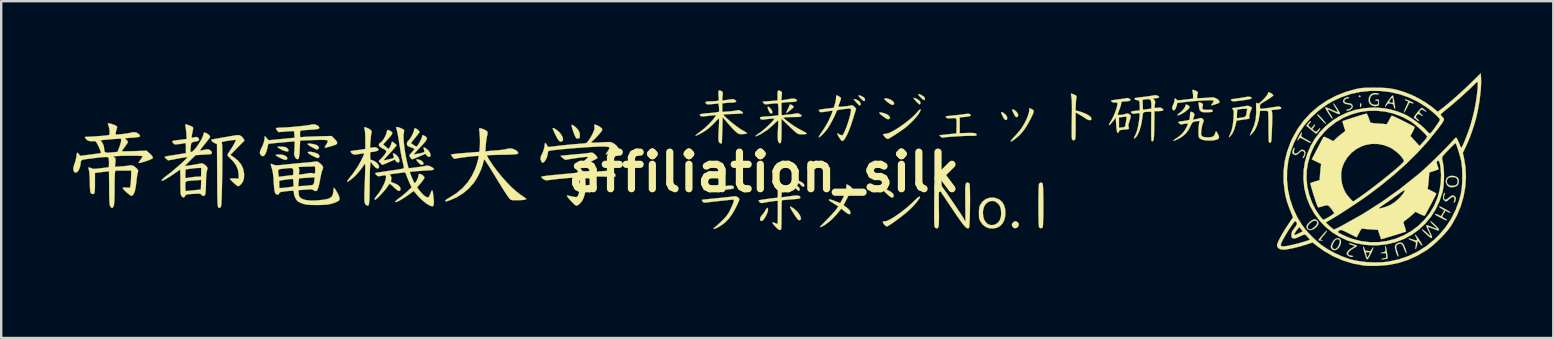
<source format=kicad_pcb>
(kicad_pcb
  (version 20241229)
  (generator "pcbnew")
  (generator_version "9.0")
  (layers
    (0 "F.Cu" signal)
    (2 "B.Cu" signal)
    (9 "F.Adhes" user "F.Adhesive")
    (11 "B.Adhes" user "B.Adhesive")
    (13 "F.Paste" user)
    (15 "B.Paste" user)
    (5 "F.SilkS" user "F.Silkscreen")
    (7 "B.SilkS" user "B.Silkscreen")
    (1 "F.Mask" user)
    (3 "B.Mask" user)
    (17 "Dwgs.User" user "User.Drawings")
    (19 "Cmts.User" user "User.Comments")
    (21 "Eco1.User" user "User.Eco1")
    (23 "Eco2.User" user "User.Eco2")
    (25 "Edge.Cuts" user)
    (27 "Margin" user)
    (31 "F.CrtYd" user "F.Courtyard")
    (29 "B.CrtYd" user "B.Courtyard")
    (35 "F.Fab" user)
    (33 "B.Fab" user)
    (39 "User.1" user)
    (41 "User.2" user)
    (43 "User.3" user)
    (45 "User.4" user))
  (footprint "affiliation_silk"
    (layer "F.Cu")
    (at 28.773 4.123)
    (property "Reference" "affiliation_silk" (at 0 0 0) (layer "F.SilkS") (effects (font (size 1.524 1.524) (thickness 0.3))))
    (attr through_hole)
    (fp_poly (pts (xy 24.835 -3.191) (xy 24.86 -3.158) (xy 24.849 -3.132) (xy 24.83 -3.127) (xy 24.795 -3.148) (xy 24.79 -3.168) (xy 24.805 -3.195) (xy 24.835 -3.191)) (stroke (width 0.01) (type solid)) (fill yes) (layer "F.SilkS"))
    (fp_poly (pts (xy 24.886 -2.852) (xy 24.89 -2.804) (xy 24.879 -2.747) (xy 24.866 -2.721) (xy 24.85 -2.708) (xy 24.842 -2.738) (xy 24.841 -2.778) (xy 24.847 -2.839) (xy 24.861 -2.872) (xy 24.866 -2.873) (xy 24.886 -2.852)) (stroke (width 0.01) (type solid)) (fill yes) (layer "F.SilkS"))
    (fp_poly (pts (xy 4.018 -3.189) (xy 4.073 -3.167) (xy 4.168 -3.114) (xy 4.213 -3.054) (xy 4.216 -3.01) (xy 4.199 -2.969) (xy 4.167 -2.965) (xy 4.115 -2.997) (xy 4.038 -3.069) (xy 4.03 -3.076) (xy 3.965 -3.148) (xy 3.941 -3.19) (xy 3.958 -3.203) (xy 4.018 -3.189)) (stroke (width 0.01) (type solid)) (fill yes) (layer "F.SilkS"))
    (fp_poly (pts (xy 1.281 0.524) (xy 1.329 0.543) (xy 1.415 0.593) (xy 1.474 0.653) (xy 1.497 0.713) (xy 1.496 0.727) (xy 1.478 0.769) (xy 1.444 0.773) (xy 1.392 0.735) (xy 1.317 0.656) (xy 1.311 0.649) (xy 1.248 0.572) (xy 1.222 0.527) (xy 1.233 0.512) (xy 1.281 0.524)) (stroke (width 0.01) (type solid)) (fill yes) (layer "F.SilkS"))
    (fp_poly (pts (xy 1.476 0.371) (xy 1.533 0.394) (xy 1.613 0.44) (xy 1.669 0.498) (xy 1.69 0.555) (xy 1.686 0.575) (xy 1.664 0.605) (xy 1.627 0.601) (xy 1.571 0.563) (xy 1.49 0.486) (xy 1.487 0.483) (xy 1.422 0.411) (xy 1.398 0.37) (xy 1.416 0.356) (xy 1.476 0.371)) (stroke (width 0.01) (type solid)) (fill yes) (layer "F.SilkS"))
    (fp_poly (pts (xy 10.507 2.048) (xy 10.584 2.091) (xy 10.622 2.155) (xy 10.616 2.229) (xy 10.577 2.288) (xy 10.505 2.333) (xy 10.43 2.329) (xy 10.394 2.307) (xy 10.354 2.257) (xy 10.336 2.219) (xy 10.341 2.157) (xy 10.38 2.097) (xy 10.439 2.055) (xy 10.501 2.046) (xy 10.507 2.048)) (stroke (width 0.01) (type solid)) (fill yes) (layer "F.SilkS"))
    (fp_poly (pts (xy 0.215 -2.712) (xy 0.261 -2.67) (xy 0.306 -2.616) (xy 0.341 -2.559) (xy 0.356 -2.51) (xy 0.356 -2.507) (xy 0.344 -2.452) (xy 0.313 -2.437) (xy 0.271 -2.461) (xy 0.225 -2.52) (xy 0.205 -2.558) (xy 0.175 -2.634) (xy 0.159 -2.696) (xy 0.159 -2.717) (xy 0.178 -2.73) (xy 0.215 -2.712)) (stroke (width 0.01) (type solid)) (fill yes) (layer "F.SilkS"))
    (fp_poly (pts (xy 5.169 -3.064) (xy 5.267 -3.029) (xy 5.35 -2.98) (xy 5.408 -2.923) (xy 5.431 -2.864) (xy 5.426 -2.839) (xy 5.39 -2.802) (xy 5.328 -2.808) (xy 5.24 -2.855) (xy 5.161 -2.914) (xy 5.076 -2.988) (xy 5.029 -3.035) (xy 5.017 -3.063) (xy 5.036 -3.075) (xy 5.066 -3.076) (xy 5.169 -3.064)) (stroke (width 0.01) (type solid)) (fill yes) (layer "F.SilkS"))
    (fp_poly (pts (xy -14.391 -0.525) (xy -14.376 -0.523) (xy -14.298 -0.496) (xy -14.235 -0.454) (xy -14.193 -0.405) (xy -14.177 -0.358) (xy -14.191 -0.322) (xy -14.242 -0.305) (xy -14.252 -0.305) (xy -14.311 -0.328) (xy -14.384 -0.392) (xy -14.401 -0.411) (xy -14.449 -0.471) (xy -14.477 -0.515) (xy -14.481 -0.529) (xy -14.451 -0.532) (xy -14.391 -0.525)) (stroke (width 0.01) (type solid)) (fill yes) (layer "F.SilkS"))
    (fp_poly (pts (xy 9.927 -2.501) (xy 9.985 -2.47) (xy 10.047 -2.422) (xy 10.1 -2.366) (xy 10.106 -2.358) (xy 10.136 -2.292) (xy 10.14 -2.231) (xy 10.122 -2.186) (xy 10.086 -2.17) (xy 10.051 -2.183) (xy 10.018 -2.217) (xy 9.979 -2.278) (xy 9.94 -2.351) (xy 9.907 -2.422) (xy 9.888 -2.478) (xy 9.889 -2.504) (xy 9.927 -2.501)) (stroke (width 0.01) (type solid)) (fill yes) (layer "F.SilkS"))
    (fp_poly (pts (xy 10.406 -2.61) (xy 10.467 -2.57) (xy 10.514 -2.528) (xy 10.575 -2.456) (xy 10.598 -2.396) (xy 10.598 -2.369) (xy 10.575 -2.313) (xy 10.533 -2.292) (xy 10.488 -2.313) (xy 10.482 -2.319) (xy 10.452 -2.366) (xy 10.414 -2.435) (xy 10.379 -2.508) (xy 10.354 -2.568) (xy 10.348 -2.592) (xy 10.364 -2.618) (xy 10.406 -2.61)) (stroke (width 0.01) (type solid)) (fill yes) (layer "F.SilkS"))
    (fp_poly (pts (xy -20.081 -1.062) (xy -19.981 -1.052) (xy -19.916 -1.038) (xy -19.872 -1.013) (xy -19.839 -0.98) (xy -19.801 -0.92) (xy -19.804 -0.881) (xy -19.843 -0.864) (xy -19.912 -0.87) (xy -20.007 -0.899) (xy -20.108 -0.945) (xy -20.186 -0.988) (xy -20.242 -1.026) (xy -20.264 -1.05) (xy -20.264 -1.05) (xy -20.24 -1.062) (xy -20.175 -1.065) (xy -20.081 -1.062)) (stroke (width 0.01) (type solid)) (fill yes) (layer "F.SilkS"))
    (fp_poly (pts (xy 3.842 -3.029) (xy 3.909 -2.996) (xy 3.969 -2.958) (xy 3.99 -2.938) (xy 4.029 -2.877) (xy 4.036 -2.82) (xy 4.009 -2.782) (xy 4.001 -2.779) (xy 3.971 -2.792) (xy 3.92 -2.835) (xy 3.859 -2.899) (xy 3.856 -2.902) (xy 3.799 -2.97) (xy 3.761 -3.021) (xy 3.749 -3.045) (xy 3.749 -3.046) (xy 3.783 -3.048) (xy 3.842 -3.029)) (stroke (width 0.01) (type solid)) (fill yes) (layer "F.SilkS"))
    (fp_poly (pts (xy 4.92 -2.48) (xy 5.005 -2.458) (xy 5.091 -2.426) (xy 5.162 -2.391) (xy 5.187 -2.373) (xy 5.247 -2.309) (xy 5.259 -2.258) (xy 5.223 -2.218) (xy 5.215 -2.214) (xy 5.175 -2.205) (xy 5.124 -2.222) (xy 5.056 -2.263) (xy 4.936 -2.348) (xy 4.854 -2.414) (xy 4.813 -2.46) (xy 4.812 -2.481) (xy 4.85 -2.489) (xy 4.92 -2.48)) (stroke (width 0.01) (type solid)) (fill yes) (layer "F.SilkS"))
    (fp_poly (pts (xy 6.328 -3.073) (xy 6.396 -3.038) (xy 6.46 -2.997) (xy 6.502 -2.959) (xy 6.509 -2.95) (xy 6.526 -2.891) (xy 6.518 -2.842) (xy 6.488 -2.822) (xy 6.46 -2.84) (xy 6.41 -2.885) (xy 6.347 -2.949) (xy 6.345 -2.951) (xy 6.287 -3.017) (xy 6.248 -3.067) (xy 6.237 -3.092) (xy 6.237 -3.093) (xy 6.27 -3.094) (xy 6.328 -3.073)) (stroke (width 0.01) (type solid)) (fill yes) (layer "F.SilkS"))
    (fp_poly (pts (xy 6.502 -3.24) (xy 6.576 -3.205) (xy 6.646 -3.161) (xy 6.691 -3.12) (xy 6.693 -3.118) (xy 6.711 -3.067) (xy 6.706 -3.02) (xy 6.68 -3) (xy 6.68 -3) (xy 6.646 -3.017) (xy 6.591 -3.062) (xy 6.524 -3.125) (xy 6.522 -3.127) (xy 6.458 -3.195) (xy 6.429 -3.234) (xy 6.431 -3.252) (xy 6.446 -3.254) (xy 6.502 -3.24)) (stroke (width 0.01) (type solid)) (fill yes) (layer "F.SilkS"))
    (fp_poly (pts (xy 23.095 -2.398) (xy 23.141 -2.352) (xy 23.202 -2.289) (xy 23.267 -2.218) (xy 23.327 -2.15) (xy 23.367 -2.102) (xy 23.409 -2.044) (xy 23.418 -2.02) (xy 23.399 -2.027) (xy 23.356 -2.062) (xy 23.293 -2.123) (xy 23.229 -2.189) (xy 23.138 -2.29) (xy 23.082 -2.36) (xy 23.06 -2.401) (xy 23.07 -2.415) (xy 23.073 -2.415) (xy 23.095 -2.398)) (stroke (width 0.01) (type solid)) (fill yes) (layer "F.SilkS"))
    (fp_poly (pts (xy -18.9 -1.191) (xy -18.773 -1.171) (xy -18.763 -1.169) (xy -18.644 -1.135) (xy -18.567 -1.086) (xy -18.536 -1.025) (xy -18.535 -1.016) (xy -18.557 -0.971) (xy -18.606 -0.943) (xy -18.625 -0.941) (xy -18.65 -0.952) (xy -18.709 -0.981) (xy -18.79 -1.023) (xy -18.818 -1.037) (xy -18.931 -1.101) (xy -18.995 -1.149) (xy -19.011 -1.179) (xy -18.98 -1.194) (xy -18.9 -1.191)) (stroke (width 0.01) (type solid)) (fill yes) (layer "F.SilkS"))
    (fp_poly (pts (xy -20.179 -0.735) (xy -20.092 -0.728) (xy -20.012 -0.713) (xy -20.004 -0.711) (xy -19.925 -0.676) (xy -19.87 -0.628) (xy -19.849 -0.577) (xy -19.861 -0.542) (xy -19.895 -0.517) (xy -19.942 -0.513) (xy -20.011 -0.532) (xy -20.111 -0.576) (xy -20.159 -0.599) (xy -20.244 -0.644) (xy -20.307 -0.684) (xy -20.339 -0.71) (xy -20.34 -0.714) (xy -20.318 -0.728) (xy -20.259 -0.736) (xy -20.179 -0.735)) (stroke (width 0.01) (type solid)) (fill yes) (layer "F.SilkS"))
    (fp_poly (pts (xy 1.146 -2.808) (xy 1.199 -2.775) (xy 1.238 -2.738) (xy 1.246 -2.719) (xy 1.227 -2.694) (xy 1.18 -2.65) (xy 1.116 -2.595) (xy 1.047 -2.539) (xy 0.985 -2.494) (xy 0.944 -2.469) (xy 0.936 -2.466) (xy 0.937 -2.487) (xy 0.959 -2.54) (xy 0.993 -2.609) (xy 1.032 -2.689) (xy 1.059 -2.754) (xy 1.068 -2.787) (xy 1.086 -2.819) (xy 1.1 -2.822) (xy 1.146 -2.808)) (stroke (width 0.01) (type solid)) (fill yes) (layer "F.SilkS"))
    (fp_poly (pts (xy 5.045 0.705) (xy 5.13 0.735) (xy 5.218 0.775) (xy 5.295 0.82) (xy 5.333 0.85) (xy 5.389 0.907) (xy 5.41 0.952) (xy 5.406 1) (xy 5.386 1.046) (xy 5.353 1.062) (xy 5.303 1.046) (xy 5.229 0.995) (xy 5.128 0.907) (xy 5.111 0.891) (xy 5.033 0.817) (xy 4.974 0.754) (xy 4.942 0.711) (xy 4.939 0.697) (xy 4.977 0.69) (xy 5.045 0.705)) (stroke (width 0.01) (type solid)) (fill yes) (layer "F.SilkS"))
    (fp_poly (pts (xy -18.853 -0.845) (xy -18.755 -0.826) (xy -18.659 -0.797) (xy -18.581 -0.762) (xy -18.554 -0.743) (xy -18.517 -0.689) (xy -18.515 -0.636) (xy -18.549 -0.601) (xy -18.55 -0.6) (xy -18.574 -0.591) (xy -18.592 -0.588) (xy -18.619 -0.595) (xy -18.667 -0.617) (xy -18.734 -0.648) (xy -18.855 -0.709) (xy -18.942 -0.763) (xy -18.99 -0.806) (xy -18.996 -0.835) (xy -18.991 -0.84) (xy -18.937 -0.851) (xy -18.853 -0.845)) (stroke (width 0.01) (type solid)) (fill yes) (layer "F.SilkS"))
    (fp_poly (pts (xy 0.176 1.53) (xy 0.172 1.605) (xy 0.142 1.704) (xy 0.1 1.796) (xy 0.036 1.911) (xy -0.016 1.984) (xy -0.062 2.023) (xy -0.106 2.034) (xy -0.147 2.014) (xy -0.156 1.99) (xy -0.154 1.922) (xy -0.132 1.864) (xy -0.082 1.798) (xy -0.062 1.775) (xy 0.003 1.693) (xy 0.062 1.603) (xy 0.076 1.577) (xy 0.112 1.518) (xy 0.143 1.488) (xy 0.154 1.488) (xy 0.176 1.53)) (stroke (width 0.01) (type solid)) (fill yes) (layer "F.SilkS"))
    (fp_poly (pts (xy -8.735 -1.826) (xy -8.672 -1.789) (xy -8.601 -1.737) (xy -8.532 -1.676) (xy -8.496 -1.638) (xy -8.424 -1.541) (xy -8.38 -1.448) (xy -8.365 -1.367) (xy -8.38 -1.306) (xy -8.426 -1.274) (xy -8.453 -1.271) (xy -8.504 -1.285) (xy -8.554 -1.334) (xy -8.585 -1.379) (xy -8.629 -1.455) (xy -8.677 -1.547) (xy -8.724 -1.645) (xy -8.764 -1.734) (xy -8.79 -1.801) (xy -8.797 -1.831) (xy -8.78 -1.842) (xy -8.735 -1.826)) (stroke (width 0.01) (type solid)) (fill yes) (layer "F.SilkS"))
    (fp_poly (pts (xy 1.147 1.45) (xy 1.25 1.515) (xy 1.344 1.595) (xy 1.425 1.683) (xy 1.489 1.772) (xy 1.531 1.856) (xy 1.547 1.927) (xy 1.533 1.978) (xy 1.485 2.004) (xy 1.484 2.004) (xy 1.455 1.999) (xy 1.42 1.972) (xy 1.375 1.917) (xy 1.313 1.828) (xy 1.272 1.766) (xy 1.207 1.663) (xy 1.152 1.572) (xy 1.114 1.503) (xy 1.099 1.469) (xy 1.094 1.435) (xy 1.115 1.434) (xy 1.147 1.45)) (stroke (width 0.01) (type solid)) (fill yes) (layer "F.SilkS"))
    (fp_poly (pts (xy -7.97 -1.968) (xy -7.912 -1.933) (xy -7.843 -1.877) (xy -7.774 -1.807) (xy -7.737 -1.763) (xy -7.69 -1.686) (xy -7.67 -1.602) (xy -7.667 -1.541) (xy -7.668 -1.464) (xy -7.679 -1.424) (xy -7.704 -1.408) (xy -7.73 -1.404) (xy -7.787 -1.405) (xy -7.815 -1.416) (xy -7.843 -1.459) (xy -7.878 -1.533) (xy -7.916 -1.626) (xy -7.952 -1.727) (xy -7.982 -1.824) (xy -8.003 -1.904) (xy -8.011 -1.958) (xy -8.006 -1.972) (xy -7.97 -1.968)) (stroke (width 0.01) (type solid)) (fill yes) (layer "F.SilkS"))
    (fp_poly (pts (xy 17.627 -2.814) (xy 17.693 -2.775) (xy 17.733 -2.735) (xy 17.735 -2.697) (xy 17.725 -2.676) (xy 17.683 -2.626) (xy 17.61 -2.563) (xy 17.521 -2.497) (xy 17.428 -2.438) (xy 17.356 -2.403) (xy 17.286 -2.375) (xy 17.251 -2.366) (xy 17.239 -2.376) (xy 17.238 -2.386) (xy 17.257 -2.413) (xy 17.305 -2.454) (xy 17.326 -2.47) (xy 17.403 -2.534) (xy 17.475 -2.612) (xy 17.533 -2.689) (xy 17.565 -2.754) (xy 17.569 -2.775) (xy 17.584 -2.815) (xy 17.627 -2.814)) (stroke (width 0.01) (type solid)) (fill yes) (layer "F.SilkS"))
    (fp_poly (pts (xy 23.451 2.468) (xy 23.412 2.526) (xy 23.354 2.6) (xy 23.33 2.628) (xy 23.265 2.703) (xy 23.216 2.764) (xy 23.19 2.799) (xy 23.188 2.804) (xy 23.21 2.818) (xy 23.258 2.829) (xy 23.287 2.836) (xy 23.268 2.841) (xy 23.22 2.844) (xy 23.154 2.843) (xy 23.116 2.836) (xy 23.112 2.832) (xy 23.127 2.803) (xy 23.166 2.75) (xy 23.223 2.682) (xy 23.287 2.608) (xy 23.351 2.537) (xy 23.407 2.479) (xy 23.447 2.443) (xy 23.462 2.437) (xy 23.451 2.468)) (stroke (width 0.01) (type solid)) (fill yes) (layer "F.SilkS"))
    (fp_poly (pts (xy 20.254 -3.139) (xy 20.283 -3.129) (xy 20.324 -3.102) (xy 20.322 -3.076) (xy 20.276 -3.052) (xy 20.182 -3.029) (xy 20.04 -3.005) (xy 19.934 -2.991) (xy 19.78 -2.972) (xy 19.668 -2.96) (xy 19.592 -2.953) (xy 19.542 -2.953) (xy 19.511 -2.958) (xy 19.492 -2.97) (xy 19.476 -2.987) (xy 19.46 -3.012) (xy 19.468 -3.029) (xy 19.506 -3.042) (xy 19.582 -3.054) (xy 19.654 -3.062) (xy 19.748 -3.075) (xy 19.869 -3.094) (xy 19.991 -3.115) (xy 20.006 -3.118) (xy 20.12 -3.138) (xy 20.199 -3.145) (xy 20.254 -3.139)) (stroke (width 0.01) (type solid)) (fill yes) (layer "F.SilkS"))
    (fp_poly (pts (xy -1.324 0.563) (xy -1.264 0.592) (xy -1.246 0.637) (xy -1.264 0.676) (xy -1.325 0.698) (xy -1.328 0.698) (xy -1.373 0.704) (xy -1.457 0.713) (xy -1.568 0.725) (xy -1.697 0.738) (xy -1.833 0.752) (xy -1.965 0.764) (xy -2.083 0.775) (xy -2.175 0.784) (xy -2.231 0.788) (xy -2.24 0.788) (xy -2.267 0.771) (xy -2.297 0.742) (xy -2.33 0.696) (xy -2.339 0.669) (xy -2.315 0.657) (xy -2.247 0.645) (xy -2.143 0.634) (xy -2.028 0.626) (xy -1.887 0.616) (xy -1.747 0.602) (xy -1.626 0.587) (xy -1.552 0.574) (xy -1.422 0.557) (xy -1.324 0.563)) (stroke (width 0.01) (type solid)) (fill yes) (layer "F.SilkS"))
    (fp_poly (pts (xy 11.141 -2.637) (xy 11.2 -2.609) (xy 11.235 -2.578) (xy 11.246 -2.535) (xy 11.232 -2.473) (xy 11.194 -2.382) (xy 11.136 -2.262) (xy 11.01 -2.025) (xy 10.889 -1.829) (xy 10.766 -1.665) (xy 10.636 -1.525) (xy 10.491 -1.402) (xy 10.47 -1.385) (xy 10.371 -1.315) (xy 10.309 -1.28) (xy 10.283 -1.279) (xy 10.295 -1.31) (xy 10.343 -1.374) (xy 10.429 -1.469) (xy 10.447 -1.487) (xy 10.545 -1.596) (xy 10.645 -1.714) (xy 10.731 -1.826) (xy 10.774 -1.888) (xy 10.854 -2.023) (xy 10.927 -2.168) (xy 10.989 -2.311) (xy 11.034 -2.44) (xy 11.057 -2.544) (xy 11.06 -2.574) (xy 11.06 -2.67) (xy 11.141 -2.637)) (stroke (width 0.01) (type solid)) (fill yes) (layer "F.SilkS"))
    (fp_poly (pts (xy 11.614 0.463) (xy 11.623 0.496) (xy 11.63 0.573) (xy 11.636 0.687) (xy 11.641 0.83) (xy 11.644 0.995) (xy 11.646 1.176) (xy 11.647 1.364) (xy 11.647 1.553) (xy 11.645 1.736) (xy 11.642 1.906) (xy 11.637 2.054) (xy 11.632 2.175) (xy 11.625 2.261) (xy 11.616 2.305) (xy 11.614 2.309) (xy 11.557 2.337) (xy 11.498 2.324) (xy 11.468 2.29) (xy 11.46 2.249) (xy 11.453 2.16) (xy 11.448 2.026) (xy 11.444 1.849) (xy 11.442 1.631) (xy 11.441 1.386) (xy 11.442 1.132) (xy 11.445 0.915) (xy 11.448 0.74) (xy 11.454 0.607) (xy 11.46 0.52) (xy 11.468 0.481) (xy 11.514 0.439) (xy 11.574 0.438) (xy 11.614 0.463)) (stroke (width 0.01) (type solid)) (fill yes) (layer "F.SilkS"))
    (fp_poly (pts (xy 18.142 -2.915) (xy 18.196 -2.896) (xy 18.215 -2.888) (xy 18.269 -2.861) (xy 18.294 -2.829) (xy 18.294 -2.778) (xy 18.273 -2.694) (xy 18.268 -2.678) (xy 18.275 -2.635) (xy 18.328 -2.608) (xy 18.428 -2.597) (xy 18.514 -2.598) (xy 18.61 -2.601) (xy 18.666 -2.598) (xy 18.692 -2.587) (xy 18.7 -2.565) (xy 18.7 -2.555) (xy 18.696 -2.53) (xy 18.676 -2.515) (xy 18.631 -2.505) (xy 18.551 -2.5) (xy 18.482 -2.497) (xy 18.37 -2.495) (xy 18.295 -2.5) (xy 18.245 -2.513) (xy 18.206 -2.536) (xy 18.203 -2.538) (xy 18.167 -2.579) (xy 18.144 -2.639) (xy 18.129 -2.733) (xy 18.127 -2.749) (xy 18.12 -2.834) (xy 18.116 -2.895) (xy 18.117 -2.919) (xy 18.142 -2.915)) (stroke (width 0.01) (type solid)) (fill yes) (layer "F.SilkS"))
    (fp_poly (pts (xy 22.419 -1.634) (xy 22.412 -1.608) (xy 22.391 -1.551) (xy 22.388 -1.509) (xy 22.409 -1.474) (xy 22.462 -1.437) (xy 22.552 -1.388) (xy 22.576 -1.376) (xy 22.666 -1.326) (xy 22.736 -1.283) (xy 22.776 -1.253) (xy 22.781 -1.245) (xy 22.777 -1.228) (xy 22.76 -1.226) (xy 22.722 -1.24) (xy 22.656 -1.274) (xy 22.554 -1.33) (xy 22.54 -1.338) (xy 22.444 -1.391) (xy 22.381 -1.421) (xy 22.343 -1.431) (xy 22.32 -1.424) (xy 22.306 -1.409) (xy 22.275 -1.36) (xy 22.264 -1.338) (xy 22.244 -1.321) (xy 22.237 -1.325) (xy 22.24 -1.353) (xy 22.262 -1.411) (xy 22.297 -1.483) (xy 22.337 -1.556) (xy 22.375 -1.616) (xy 22.403 -1.65) (xy 22.409 -1.652) (xy 22.419 -1.634)) (stroke (width 0.01) (type solid)) (fill yes) (layer "F.SilkS"))
    (fp_poly (pts (xy 25.904 3.089) (xy 25.918 3.123) (xy 25.935 3.192) (xy 25.952 3.284) (xy 25.967 3.383) (xy 25.978 3.477) (xy 25.984 3.552) (xy 25.982 3.594) (xy 25.98 3.598) (xy 25.949 3.608) (xy 25.884 3.618) (xy 25.829 3.624) (xy 25.755 3.629) (xy 25.728 3.625) (xy 25.743 3.613) (xy 25.808 3.594) (xy 25.865 3.587) (xy 25.91 3.582) (xy 25.929 3.561) (xy 25.931 3.51) (xy 25.929 3.477) (xy 25.921 3.369) (xy 25.794 3.374) (xy 25.731 3.376) (xy 25.701 3.375) (xy 25.708 3.368) (xy 25.754 3.352) (xy 25.845 3.325) (xy 25.878 3.316) (xy 25.898 3.294) (xy 25.901 3.24) (xy 25.894 3.185) (xy 25.887 3.112) (xy 25.893 3.084) (xy 25.904 3.089)) (stroke (width 0.01) (type solid)) (fill yes) (layer "F.SilkS"))
    (fp_poly (pts (xy 22.78 -2.099) (xy 22.743 -2.044) (xy 22.673 -1.953) (xy 22.74 -1.885) (xy 22.808 -1.818) (xy 22.873 -1.901) (xy 22.919 -1.952) (xy 22.957 -1.981) (xy 22.964 -1.983) (xy 22.966 -1.966) (xy 22.942 -1.921) (xy 22.921 -1.892) (xy 22.852 -1.802) (xy 22.91 -1.74) (xy 22.967 -1.691) (xy 23.014 -1.685) (xy 23.065 -1.723) (xy 23.096 -1.76) (xy 23.139 -1.807) (xy 23.171 -1.826) (xy 23.177 -1.824) (xy 23.171 -1.799) (xy 23.141 -1.751) (xy 23.098 -1.693) (xy 23.054 -1.641) (xy 23.019 -1.609) (xy 23.01 -1.605) (xy 22.986 -1.62) (xy 22.933 -1.661) (xy 22.858 -1.721) (xy 22.799 -1.77) (xy 22.601 -1.936) (xy 22.681 -2.036) (xy 22.736 -2.098) (xy 22.774 -2.129) (xy 22.791 -2.13) (xy 22.78 -2.099)) (stroke (width 0.01) (type solid)) (fill yes) (layer "F.SilkS"))
    (fp_poly (pts (xy 26.609 2.96) (xy 26.647 3.002) (xy 26.681 3.073) (xy 26.714 3.157) (xy 26.744 3.241) (xy 26.766 3.314) (xy 26.775 3.363) (xy 26.77 3.376) (xy 26.747 3.349) (xy 26.716 3.287) (xy 26.684 3.209) (xy 26.65 3.121) (xy 26.617 3.05) (xy 26.595 3.013) (xy 26.539 2.98) (xy 26.47 2.981) (xy 26.403 3.011) (xy 26.355 3.063) (xy 26.341 3.115) (xy 26.35 3.172) (xy 26.372 3.255) (xy 26.394 3.317) (xy 26.419 3.395) (xy 26.433 3.459) (xy 26.436 3.502) (xy 26.426 3.512) (xy 26.41 3.493) (xy 26.376 3.421) (xy 26.341 3.326) (xy 26.313 3.225) (xy 26.296 3.139) (xy 26.295 3.096) (xy 26.323 3.024) (xy 26.382 2.97) (xy 26.459 2.939) (xy 26.539 2.935) (xy 26.609 2.96)) (stroke (width 0.01) (type solid)) (fill yes) (layer "F.SilkS"))
    (fp_poly (pts (xy 26.799 -3.01) (xy 26.882 -2.977) (xy 26.9 -2.97) (xy 26.982 -2.93) (xy 27.041 -2.896) (xy 27.065 -2.874) (xy 27.065 -2.872) (xy 27.035 -2.866) (xy 26.981 -2.879) (xy 26.977 -2.881) (xy 26.923 -2.897) (xy 26.895 -2.898) (xy 26.895 -2.897) (xy 26.881 -2.871) (xy 26.851 -2.809) (xy 26.81 -2.725) (xy 26.792 -2.689) (xy 26.747 -2.6) (xy 26.707 -2.532) (xy 26.679 -2.495) (xy 26.673 -2.492) (xy 26.673 -2.513) (xy 26.691 -2.57) (xy 26.725 -2.652) (xy 26.749 -2.705) (xy 26.793 -2.8) (xy 26.827 -2.877) (xy 26.846 -2.926) (xy 26.849 -2.935) (xy 26.828 -2.954) (xy 26.776 -2.977) (xy 26.773 -2.979) (xy 26.725 -3.002) (xy 26.709 -3.025) (xy 26.71 -3.026) (xy 26.738 -3.027) (xy 26.799 -3.01)) (stroke (width 0.01) (type solid)) (fill yes) (layer "F.SilkS"))
    (fp_poly (pts (xy 24.374 -3.12) (xy 24.383 -3.105) (xy 24.361 -3.083) (xy 24.321 -3.076) (xy 24.253 -3.058) (xy 24.2 -3.014) (xy 24.18 -2.961) (xy 24.203 -2.918) (xy 24.265 -2.887) (xy 24.354 -2.873) (xy 24.367 -2.873) (xy 24.458 -2.855) (xy 24.517 -2.804) (xy 24.536 -2.733) (xy 24.513 -2.669) (xy 24.455 -2.612) (xy 24.376 -2.576) (xy 24.322 -2.568) (xy 24.273 -2.572) (xy 24.269 -2.584) (xy 24.281 -2.593) (xy 24.34 -2.616) (xy 24.364 -2.618) (xy 24.414 -2.636) (xy 24.46 -2.67) (xy 24.497 -2.728) (xy 24.485 -2.775) (xy 24.427 -2.809) (xy 24.329 -2.828) (xy 24.22 -2.852) (xy 24.153 -2.894) (xy 24.131 -2.953) (xy 24.155 -3.024) (xy 24.173 -3.048) (xy 24.218 -3.084) (xy 24.277 -3.111) (xy 24.335 -3.124) (xy 24.374 -3.12)) (stroke (width 0.01) (type solid)) (fill yes) (layer "F.SilkS"))
    (fp_poly (pts (xy 6.509 1.04) (xy 6.492 1.079) (xy 6.447 1.147) (xy 6.38 1.233) (xy 6.298 1.33) (xy 6.208 1.43) (xy 6.118 1.522) (xy 6.099 1.54) (xy 6.007 1.624) (xy 5.895 1.719) (xy 5.769 1.82) (xy 5.637 1.921) (xy 5.506 2.018) (xy 5.383 2.106) (xy 5.274 2.179) (xy 5.188 2.232) (xy 5.131 2.26) (xy 5.116 2.263) (xy 5.086 2.246) (xy 5.039 2.204) (xy 5.026 2.192) (xy 4.975 2.125) (xy 4.957 2.075) (xy 4.975 2.048) (xy 5.021 2.049) (xy 5.085 2.044) (xy 5.18 2.008) (xy 5.3 1.946) (xy 5.44 1.861) (xy 5.593 1.757) (xy 5.754 1.639) (xy 5.917 1.511) (xy 6.075 1.377) (xy 6.223 1.24) (xy 6.292 1.172) (xy 6.386 1.082) (xy 6.455 1.03) (xy 6.496 1.017) (xy 6.509 1.04)) (stroke (width 0.01) (type solid)) (fill yes) (layer "F.SilkS"))
    (fp_poly (pts (xy 6.535 -2.615) (xy 6.529 -2.575) (xy 6.494 -2.501) (xy 6.441 -2.415) (xy 6.35 -2.295) (xy 6.227 -2.159) (xy 6.085 -2.02) (xy 5.936 -1.888) (xy 5.859 -1.826) (xy 5.782 -1.77) (xy 5.683 -1.702) (xy 5.571 -1.626) (xy 5.456 -1.551) (xy 5.347 -1.482) (xy 5.256 -1.427) (xy 5.191 -1.39) (xy 5.172 -1.381) (xy 5.131 -1.391) (xy 5.072 -1.435) (xy 5.046 -1.461) (xy 4.998 -1.518) (xy 4.972 -1.562) (xy 4.971 -1.577) (xy 5.003 -1.591) (xy 5.064 -1.597) (xy 5.079 -1.597) (xy 5.163 -1.613) (xy 5.276 -1.659) (xy 5.412 -1.73) (xy 5.564 -1.821) (xy 5.724 -1.928) (xy 5.886 -2.045) (xy 6.043 -2.168) (xy 6.187 -2.291) (xy 6.312 -2.411) (xy 6.397 -2.505) (xy 6.467 -2.583) (xy 6.514 -2.619) (xy 6.535 -2.615)) (stroke (width 0.01) (type solid)) (fill yes) (layer "F.SilkS"))
    (fp_poly (pts (xy 24.01 2.792) (xy 24.047 2.863) (xy 24.044 2.953) (xy 24.016 3.039) (xy 23.955 3.146) (xy 23.881 3.218) (xy 23.801 3.25) (xy 23.722 3.239) (xy 23.671 3.204) (xy 23.633 3.154) (xy 23.626 3.114) (xy 23.675 3.114) (xy 23.694 3.16) (xy 23.726 3.188) (xy 23.785 3.211) (xy 23.844 3.19) (xy 23.909 3.124) (xy 23.926 3.101) (xy 23.968 3.02) (xy 23.994 2.931) (xy 23.994 2.925) (xy 23.998 2.857) (xy 23.982 2.818) (xy 23.952 2.797) (xy 23.884 2.786) (xy 23.815 2.824) (xy 23.75 2.909) (xy 23.725 2.956) (xy 23.685 3.05) (xy 23.675 3.114) (xy 23.626 3.114) (xy 23.623 3.099) (xy 23.642 3.025) (xy 23.66 2.98) (xy 23.72 2.871) (xy 23.793 2.794) (xy 23.871 2.753) (xy 23.946 2.752) (xy 24.01 2.792)) (stroke (width 0.01) (type solid)) (fill yes) (layer "F.SilkS"))
    (fp_poly (pts (xy 28.794 0.167) (xy 28.888 0.213) (xy 28.927 0.252) (xy 28.956 0.326) (xy 28.956 0.418) (xy 28.929 0.506) (xy 28.902 0.545) (xy 28.829 0.595) (xy 28.727 0.623) (xy 28.616 0.624) (xy 28.588 0.619) (xy 28.503 0.578) (xy 28.445 0.505) (xy 28.416 0.415) (xy 28.454 0.415) (xy 28.483 0.491) (xy 28.549 0.543) (xy 28.641 0.569) (xy 28.741 0.568) (xy 28.83 0.54) (xy 28.863 0.517) (xy 28.901 0.453) (xy 28.91 0.372) (xy 28.892 0.293) (xy 28.852 0.243) (xy 28.776 0.212) (xy 28.68 0.203) (xy 28.586 0.214) (xy 28.513 0.245) (xy 28.502 0.254) (xy 28.461 0.327) (xy 28.454 0.415) (xy 28.416 0.415) (xy 28.416 0.415) (xy 28.421 0.321) (xy 28.461 0.237) (xy 28.485 0.213) (xy 28.575 0.165) (xy 28.684 0.15) (xy 28.794 0.167)) (stroke (width 0.01) (type solid)) (fill yes) (layer "F.SilkS"))
    (fp_poly (pts (xy 23.011 1.978) (xy 23.064 2.027) (xy 23.103 2.085) (xy 23.112 2.121) (xy 23.091 2.187) (xy 23.038 2.264) (xy 22.964 2.335) (xy 22.924 2.363) (xy 22.821 2.408) (xy 22.729 2.412) (xy 22.658 2.375) (xy 22.638 2.35) (xy 22.612 2.303) (xy 22.611 2.279) (xy 22.655 2.279) (xy 22.669 2.337) (xy 22.699 2.363) (xy 22.755 2.386) (xy 22.807 2.378) (xy 22.858 2.348) (xy 22.97 2.261) (xy 23.038 2.18) (xy 23.061 2.108) (xy 23.037 2.048) (xy 23.023 2.034) (xy 22.961 2.014) (xy 22.879 2.038) (xy 22.781 2.104) (xy 22.755 2.127) (xy 22.684 2.207) (xy 22.655 2.279) (xy 22.611 2.279) (xy 22.61 2.263) (xy 22.634 2.205) (xy 22.637 2.197) (xy 22.682 2.135) (xy 22.753 2.069) (xy 22.835 2.01) (xy 22.912 1.969) (xy 22.96 1.958) (xy 23.011 1.978)) (stroke (width 0.01) (type solid)) (fill yes) (layer "F.SilkS"))
    (fp_poly (pts (xy 24.415 2.961) (xy 24.544 3.002) (xy 24.631 3.031) (xy 24.683 3.051) (xy 24.708 3.065) (xy 24.714 3.073) (xy 24.693 3.093) (xy 24.639 3.129) (xy 24.563 3.173) (xy 24.56 3.174) (xy 24.447 3.247) (xy 24.373 3.317) (xy 24.34 3.379) (xy 24.348 3.43) (xy 24.399 3.465) (xy 24.469 3.478) (xy 24.525 3.489) (xy 24.548 3.506) (xy 24.547 3.51) (xy 24.507 3.533) (xy 24.443 3.527) (xy 24.372 3.496) (xy 24.34 3.473) (xy 24.295 3.431) (xy 24.283 3.396) (xy 24.3 3.347) (xy 24.311 3.326) (xy 24.363 3.254) (xy 24.453 3.187) (xy 24.501 3.16) (xy 24.579 3.114) (xy 24.616 3.082) (xy 24.612 3.067) (xy 24.563 3.052) (xy 24.493 3.03) (xy 24.478 3.026) (xy 24.418 3.002) (xy 24.385 2.979) (xy 24.383 2.974) (xy 24.402 2.959) (xy 24.415 2.961)) (stroke (width 0.01) (type solid)) (fill yes) (layer "F.SilkS"))
    (fp_poly (pts (xy 28.383 0.884) (xy 28.367 0.932) (xy 28.361 0.943) (xy 28.336 1.014) (xy 28.334 1.078) (xy 28.334 1.081) (xy 28.362 1.138) (xy 28.408 1.151) (xy 28.473 1.12) (xy 28.538 1.067) (xy 28.606 1.012) (xy 28.668 0.975) (xy 28.7 0.966) (xy 28.767 0.988) (xy 28.817 1.04) (xy 28.832 1.093) (xy 28.823 1.159) (xy 28.8 1.222) (xy 28.771 1.264) (xy 28.756 1.271) (xy 28.742 1.256) (xy 28.757 1.219) (xy 28.777 1.15) (xy 28.773 1.082) (xy 28.746 1.034) (xy 28.723 1.021) (xy 28.678 1.034) (xy 28.613 1.076) (xy 28.565 1.117) (xy 28.495 1.179) (xy 28.45 1.21) (xy 28.415 1.214) (xy 28.377 1.196) (xy 28.355 1.181) (xy 28.31 1.127) (xy 28.298 1.052) (xy 28.308 0.967) (xy 28.333 0.901) (xy 28.366 0.866) (xy 28.376 0.864) (xy 28.383 0.884)) (stroke (width 0.01) (type solid)) (fill yes) (layer "F.SilkS"))
    (fp_poly (pts (xy 22.113 -0.999) (xy 22.106 -0.973) (xy 22.091 -0.914) (xy 22.084 -0.852) (xy 22.097 -0.788) (xy 22.137 -0.763) (xy 22.199 -0.778) (xy 22.276 -0.831) (xy 22.299 -0.853) (xy 22.364 -0.91) (xy 22.413 -0.933) (xy 22.461 -0.931) (xy 22.461 -0.931) (xy 22.533 -0.894) (xy 22.564 -0.828) (xy 22.553 -0.734) (xy 22.54 -0.696) (xy 22.51 -0.631) (xy 22.484 -0.591) (xy 22.474 -0.585) (xy 22.452 -0.6) (xy 22.451 -0.604) (xy 22.466 -0.637) (xy 22.49 -0.672) (xy 22.522 -0.744) (xy 22.52 -0.814) (xy 22.488 -0.867) (xy 22.429 -0.89) (xy 22.425 -0.89) (xy 22.384 -0.873) (xy 22.327 -0.829) (xy 22.298 -0.801) (xy 22.235 -0.747) (xy 22.176 -0.716) (xy 22.155 -0.712) (xy 22.091 -0.73) (xy 22.039 -0.773) (xy 22.018 -0.824) (xy 22.028 -0.88) (xy 22.05 -0.944) (xy 22.076 -0.996) (xy 22.1 -1.017) (xy 22.113 -0.999)) (stroke (width 0.01) (type solid)) (fill yes) (layer "F.SilkS"))
    (fp_poly (pts (xy 27.476 -2.641) (xy 27.535 -2.596) (xy 27.582 -2.555) (xy 27.603 -2.528) (xy 27.602 -2.524) (xy 27.576 -2.529) (xy 27.525 -2.558) (xy 27.508 -2.569) (xy 27.435 -2.606) (xy 27.378 -2.597) (xy 27.325 -2.54) (xy 27.322 -2.535) (xy 27.313 -2.501) (xy 27.334 -2.464) (xy 27.384 -2.417) (xy 27.437 -2.366) (xy 27.449 -2.343) (xy 27.423 -2.349) (xy 27.36 -2.388) (xy 27.354 -2.392) (xy 27.29 -2.424) (xy 27.238 -2.414) (xy 27.19 -2.356) (xy 27.175 -2.331) (xy 27.164 -2.293) (xy 27.181 -2.258) (xy 27.234 -2.21) (xy 27.29 -2.157) (xy 27.306 -2.131) (xy 27.284 -2.132) (xy 27.229 -2.163) (xy 27.195 -2.188) (xy 27.135 -2.233) (xy 27.094 -2.265) (xy 27.085 -2.273) (xy 27.092 -2.299) (xy 27.125 -2.353) (xy 27.176 -2.423) (xy 27.237 -2.5) (xy 27.301 -2.574) (xy 27.357 -2.635) (xy 27.399 -2.673) (xy 27.417 -2.679) (xy 27.476 -2.641)) (stroke (width 0.01) (type solid)) (fill yes) (layer "F.SilkS"))
    (fp_poly (pts (xy 27.155 2.617) (xy 27.193 2.663) (xy 27.243 2.731) (xy 27.299 2.81) (xy 27.353 2.89) (xy 27.396 2.959) (xy 27.423 3.008) (xy 27.425 3.013) (xy 27.431 3.048) (xy 27.413 3.047) (xy 27.379 3.016) (xy 27.338 2.962) (xy 27.29 2.899) (xy 27.253 2.874) (xy 27.233 2.89) (xy 27.231 2.91) (xy 27.225 2.968) (xy 27.211 3.042) (xy 27.192 3.117) (xy 27.172 3.176) (xy 27.157 3.203) (xy 27.156 3.204) (xy 27.148 3.181) (xy 27.152 3.126) (xy 27.157 3.096) (xy 27.173 3.003) (xy 27.171 2.944) (xy 27.144 2.907) (xy 27.082 2.876) (xy 27.014 2.851) (xy 26.934 2.819) (xy 26.88 2.791) (xy 26.862 2.772) (xy 26.862 2.771) (xy 26.891 2.768) (xy 26.953 2.781) (xy 27.027 2.805) (xy 27.131 2.836) (xy 27.194 2.84) (xy 27.217 2.813) (xy 27.203 2.757) (xy 27.178 2.71) (xy 27.147 2.65) (xy 27.135 2.61) (xy 27.136 2.603) (xy 27.155 2.617)) (stroke (width 0.01) (type solid)) (fill yes) (layer "F.SilkS"))
    (fp_poly (pts (xy 24.995 3.119) (xy 25.017 3.159) (xy 25.031 3.204) (xy 25.052 3.259) (xy 25.093 3.279) (xy 25.12 3.28) (xy 25.188 3.285) (xy 25.232 3.295) (xy 25.271 3.287) (xy 25.317 3.233) (xy 25.328 3.215) (xy 25.368 3.153) (xy 25.389 3.133) (xy 25.392 3.15) (xy 25.378 3.198) (xy 25.349 3.272) (xy 25.305 3.368) (xy 25.287 3.405) (xy 25.224 3.523) (xy 25.177 3.598) (xy 25.143 3.631) (xy 25.119 3.627) (xy 25.108 3.604) (xy 25.08 3.522) (xy 25.049 3.424) (xy 25.027 3.35) (xy 25.076 3.35) (xy 25.081 3.375) (xy 25.099 3.434) (xy 25.113 3.49) (xy 25.13 3.545) (xy 25.152 3.553) (xy 25.182 3.513) (xy 25.205 3.47) (xy 25.237 3.394) (xy 25.241 3.352) (xy 25.213 3.334) (xy 25.156 3.331) (xy 25.096 3.335) (xy 25.076 3.35) (xy 25.027 3.35) (xy 25.018 3.322) (xy 24.992 3.231) (xy 24.974 3.163) (xy 24.968 3.132) (xy 24.976 3.107) (xy 24.995 3.119)) (stroke (width 0.01) (type solid)) (fill yes) (layer "F.SilkS"))
    (fp_poly (pts (xy 25.546 -3.289) (xy 25.604 -3.274) (xy 25.629 -3.251) (xy 25.629 -3.25) (xy 25.607 -3.239) (xy 25.553 -3.241) (xy 25.539 -3.243) (xy 25.434 -3.244) (xy 25.343 -3.211) (xy 25.282 -3.148) (xy 25.276 -3.137) (xy 25.247 -3.027) (xy 25.261 -2.931) (xy 25.311 -2.855) (xy 25.393 -2.81) (xy 25.483 -2.802) (xy 25.551 -2.81) (xy 25.584 -2.829) (xy 25.596 -2.871) (xy 25.599 -2.892) (xy 25.599 -2.949) (xy 25.579 -2.971) (xy 25.541 -2.975) (xy 25.493 -2.983) (xy 25.476 -3) (xy 25.498 -3.018) (xy 25.552 -3.026) (xy 25.553 -3.026) (xy 25.598 -3.023) (xy 25.621 -3.005) (xy 25.628 -2.96) (xy 25.629 -2.901) (xy 25.626 -2.825) (xy 25.612 -2.784) (xy 25.582 -2.765) (xy 25.572 -2.762) (xy 25.46 -2.749) (xy 25.349 -2.776) (xy 25.336 -2.781) (xy 25.257 -2.84) (xy 25.212 -2.923) (xy 25.199 -3.019) (xy 25.216 -3.116) (xy 25.262 -3.202) (xy 25.335 -3.265) (xy 25.4 -3.289) (xy 25.473 -3.295) (xy 25.546 -3.289)) (stroke (width 0.01) (type solid)) (fill yes) (layer "F.SilkS"))
    (fp_poly (pts (xy 23.748 -2.851) (xy 23.786 -2.805) (xy 23.834 -2.736) (xy 23.886 -2.657) (xy 23.936 -2.577) (xy 23.976 -2.507) (xy 23.998 -2.459) (xy 24.001 -2.447) (xy 23.996 -2.425) (xy 23.973 -2.419) (xy 23.927 -2.43) (xy 23.85 -2.461) (xy 23.736 -2.514) (xy 23.729 -2.517) (xy 23.632 -2.561) (xy 23.552 -2.596) (xy 23.501 -2.616) (xy 23.49 -2.619) (xy 23.492 -2.599) (xy 23.518 -2.547) (xy 23.562 -2.472) (xy 23.582 -2.441) (xy 23.635 -2.357) (xy 23.674 -2.292) (xy 23.695 -2.254) (xy 23.696 -2.25) (xy 23.685 -2.235) (xy 23.652 -2.265) (xy 23.596 -2.341) (xy 23.525 -2.45) (xy 23.468 -2.542) (xy 23.424 -2.618) (xy 23.397 -2.666) (xy 23.391 -2.679) (xy 23.405 -2.694) (xy 23.45 -2.688) (xy 23.53 -2.659) (xy 23.649 -2.607) (xy 23.682 -2.591) (xy 23.778 -2.548) (xy 23.856 -2.516) (xy 23.905 -2.5) (xy 23.916 -2.499) (xy 23.909 -2.524) (xy 23.88 -2.581) (xy 23.835 -2.659) (xy 23.821 -2.68) (xy 23.773 -2.761) (xy 23.741 -2.825) (xy 23.729 -2.861) (xy 23.73 -2.864) (xy 23.748 -2.851)) (stroke (width 0.01) (type solid)) (fill yes) (layer "F.SilkS"))
    (fp_poly (pts (xy 26.2 -3.195) (xy 26.215 -3.168) (xy 26.233 -3.103) (xy 26.251 -3.013) (xy 26.256 -2.986) (xy 26.272 -2.88) (xy 26.288 -2.786) (xy 26.299 -2.721) (xy 26.3 -2.714) (xy 26.303 -2.664) (xy 26.29 -2.644) (xy 26.271 -2.666) (xy 26.253 -2.721) (xy 26.25 -2.734) (xy 26.237 -2.794) (xy 26.217 -2.827) (xy 26.176 -2.844) (xy 26.099 -2.859) (xy 26.099 -2.859) (xy 26.031 -2.866) (xy 25.991 -2.852) (xy 25.958 -2.809) (xy 25.951 -2.798) (xy 25.915 -2.75) (xy 25.887 -2.732) (xy 25.883 -2.733) (xy 25.887 -2.758) (xy 25.915 -2.813) (xy 25.96 -2.887) (xy 25.983 -2.921) (xy 26.057 -2.921) (xy 26.067 -2.913) (xy 26.121 -2.895) (xy 26.137 -2.89) (xy 26.186 -2.878) (xy 26.208 -2.894) (xy 26.213 -2.948) (xy 26.213 -2.968) (xy 26.207 -3.058) (xy 26.188 -3.099) (xy 26.156 -3.092) (xy 26.11 -3.037) (xy 26.103 -3.026) (xy 26.063 -2.958) (xy 26.057 -2.921) (xy 25.983 -2.921) (xy 26.016 -2.971) (xy 26.075 -3.054) (xy 26.129 -3.126) (xy 26.173 -3.176) (xy 26.199 -3.195) (xy 26.2 -3.195)) (stroke (width 0.01) (type solid)) (fill yes) (layer "F.SilkS"))
    (fp_poly (pts (xy 12.827 -3.27) (xy 12.885 -3.25) (xy 12.93 -3.231) (xy 13 -3.196) (xy 13.031 -3.167) (xy 13.031 -3.137) (xy 13.029 -3.134) (xy 13.02 -3.09) (xy 13.011 -3.009) (xy 13.002 -2.904) (xy 12.998 -2.83) (xy 12.987 -2.57) (xy 13.059 -2.554) (xy 13.195 -2.517) (xy 13.329 -2.468) (xy 13.451 -2.413) (xy 13.55 -2.356) (xy 13.616 -2.303) (xy 13.631 -2.282) (xy 13.65 -2.218) (xy 13.632 -2.178) (xy 13.584 -2.165) (xy 13.514 -2.178) (xy 13.43 -2.221) (xy 13.409 -2.236) (xy 13.332 -2.289) (xy 13.233 -2.351) (xy 13.15 -2.4) (xy 12.992 -2.489) (xy 12.992 -1.963) (xy 12.991 -1.801) (xy 12.989 -1.653) (xy 12.986 -1.529) (xy 12.982 -1.437) (xy 12.977 -1.385) (xy 12.976 -1.379) (xy 12.944 -1.333) (xy 12.896 -1.325) (xy 12.85 -1.356) (xy 12.842 -1.369) (xy 12.834 -1.411) (xy 12.829 -1.5) (xy 12.827 -1.636) (xy 12.826 -1.815) (xy 12.829 -2.036) (xy 12.831 -2.189) (xy 12.836 -2.466) (xy 12.837 -2.694) (xy 12.834 -2.874) (xy 12.829 -3.009) (xy 12.82 -3.099) (xy 12.818 -3.113) (xy 12.804 -3.194) (xy 12.798 -3.253) (xy 12.8 -3.274) (xy 12.827 -3.27)) (stroke (width 0.01) (type solid)) (fill yes) (layer "F.SilkS"))
    (fp_poly (pts (xy 28.185 1.436) (xy 28.236 1.46) (xy 28.319 1.504) (xy 28.402 1.548) (xy 28.495 1.6) (xy 28.565 1.645) (xy 28.604 1.677) (xy 28.608 1.688) (xy 28.572 1.686) (xy 28.513 1.662) (xy 28.493 1.651) (xy 28.403 1.599) (xy 28.364 1.664) (xy 28.307 1.756) (xy 28.274 1.814) (xy 28.263 1.848) (xy 28.273 1.87) (xy 28.301 1.89) (xy 28.33 1.907) (xy 28.388 1.94) (xy 28.428 1.957) (xy 28.432 1.958) (xy 28.451 1.977) (xy 28.451 1.983) (xy 28.447 2) (xy 28.43 2.004) (xy 28.393 1.992) (xy 28.328 1.961) (xy 28.227 1.91) (xy 28.202 1.896) (xy 28.092 1.838) (xy 28.022 1.799) (xy 27.982 1.773) (xy 27.968 1.756) (xy 27.971 1.743) (xy 27.974 1.74) (xy 28.003 1.742) (xy 28.06 1.763) (xy 28.092 1.778) (xy 28.156 1.81) (xy 28.198 1.828) (xy 28.206 1.831) (xy 28.223 1.811) (xy 28.254 1.762) (xy 28.291 1.699) (xy 28.325 1.639) (xy 28.346 1.596) (xy 28.349 1.586) (xy 28.329 1.571) (xy 28.277 1.541) (xy 28.248 1.526) (xy 28.186 1.489) (xy 28.15 1.458) (xy 28.146 1.449) (xy 28.148 1.433) (xy 28.158 1.428) (xy 28.185 1.436)) (stroke (width 0.01) (type solid)) (fill yes) (layer "F.SilkS"))
    (fp_poly (pts (xy 9.652 1.076) (xy 9.807 1.139) (xy 9.926 1.238) (xy 10.009 1.374) (xy 10.056 1.544) (xy 10.064 1.625) (xy 10.059 1.827) (xy 10.017 2) (xy 9.941 2.143) (xy 9.835 2.25) (xy 9.701 2.32) (xy 9.544 2.348) (xy 9.383 2.336) (xy 9.25 2.286) (xy 9.129 2.193) (xy 9.03 2.064) (xy 9.026 2.057) (xy 8.995 1.996) (xy 8.976 1.937) (xy 8.966 1.863) (xy 8.963 1.76) (xy 8.963 1.704) (xy 8.963 1.698) (xy 9.128 1.698) (xy 9.145 1.863) (xy 9.192 2.001) (xy 9.266 2.107) (xy 9.361 2.178) (xy 9.473 2.208) (xy 9.597 2.194) (xy 9.643 2.177) (xy 9.757 2.103) (xy 9.836 1.993) (xy 9.88 1.846) (xy 9.89 1.709) (xy 9.876 1.538) (xy 9.83 1.403) (xy 9.752 1.302) (xy 9.746 1.296) (xy 9.644 1.225) (xy 9.543 1.198) (xy 9.448 1.206) (xy 9.327 1.252) (xy 9.232 1.34) (xy 9.166 1.464) (xy 9.132 1.619) (xy 9.128 1.698) (xy 8.963 1.698) (xy 8.965 1.579) (xy 8.973 1.491) (xy 8.989 1.424) (xy 9.016 1.363) (xy 9.019 1.356) (xy 9.118 1.22) (xy 9.245 1.123) (xy 9.393 1.068) (xy 9.555 1.059) (xy 9.652 1.076)) (stroke (width 0.01) (type solid)) (fill yes) (layer "F.SilkS"))
    (fp_poly (pts (xy 3.49 0.523) (xy 3.551 0.558) (xy 3.612 0.603) (xy 3.629 0.617) (xy 3.686 0.669) (xy 3.32 1.381) (xy 3.382 1.421) (xy 3.508 1.516) (xy 3.584 1.602) (xy 3.61 1.679) (xy 3.61 1.681) (xy 3.599 1.736) (xy 3.563 1.753) (xy 3.5 1.73) (xy 3.409 1.669) (xy 3.37 1.638) (xy 3.227 1.521) (xy 3.171 1.593) (xy 3.075 1.708) (xy 2.968 1.829) (xy 2.863 1.938) (xy 2.784 2.013) (xy 2.691 2.089) (xy 2.595 2.16) (xy 2.504 2.22) (xy 2.425 2.264) (xy 2.368 2.287) (xy 2.341 2.285) (xy 2.339 2.28) (xy 2.356 2.26) (xy 2.403 2.21) (xy 2.474 2.136) (xy 2.563 2.044) (xy 2.638 1.968) (xy 2.746 1.857) (xy 2.847 1.748) (xy 2.934 1.652) (xy 2.998 1.576) (xy 3.021 1.545) (xy 3.104 1.426) (xy 2.969 1.34) (xy 2.884 1.285) (xy 2.805 1.235) (xy 2.762 1.209) (xy 2.714 1.169) (xy 2.715 1.139) (xy 2.754 1.135) (xy 2.836 1.157) (xy 2.96 1.203) (xy 3.179 1.292) (xy 3.24 1.186) (xy 3.324 1.025) (xy 3.387 0.869) (xy 3.426 0.73) (xy 3.438 0.629) (xy 3.439 0.559) (xy 3.444 0.515) (xy 3.448 0.509) (xy 3.49 0.523)) (stroke (width 0.01) (type solid)) (fill yes) (layer "F.SilkS"))
    (fp_poly (pts (xy 8.56 -2.428) (xy 8.61 -2.403) (xy 8.619 -2.379) (xy 8.612 -2.354) (xy 8.584 -2.335) (xy 8.528 -2.321) (xy 8.435 -2.308) (xy 8.346 -2.299) (xy 8.162 -2.282) (xy 8.162 -1.621) (xy 8.46 -1.633) (xy 8.626 -1.636) (xy 8.746 -1.63) (xy 8.823 -1.614) (xy 8.862 -1.587) (xy 8.868 -1.553) (xy 8.853 -1.531) (xy 8.813 -1.519) (xy 8.736 -1.516) (xy 8.695 -1.516) (xy 8.599 -1.516) (xy 8.47 -1.513) (xy 8.317 -1.507) (xy 8.153 -1.499) (xy 7.987 -1.489) (xy 7.831 -1.479) (xy 7.694 -1.468) (xy 7.588 -1.458) (xy 7.53 -1.45) (xy 7.455 -1.44) (xy 7.407 -1.45) (xy 7.364 -1.484) (xy 7.31 -1.538) (xy 7.475 -1.557) (xy 7.59 -1.569) (xy 7.724 -1.584) (xy 7.831 -1.595) (xy 8.022 -1.615) (xy 8.029 -1.881) (xy 8.033 -2.029) (xy 8.032 -2.133) (xy 8.022 -2.2) (xy 8 -2.238) (xy 7.96 -2.254) (xy 7.9 -2.255) (xy 7.823 -2.248) (xy 7.723 -2.241) (xy 7.66 -2.243) (xy 7.623 -2.256) (xy 7.604 -2.273) (xy 7.581 -2.31) (xy 7.58 -2.325) (xy 7.607 -2.331) (xy 7.676 -2.34) (xy 7.775 -2.351) (xy 7.895 -2.363) (xy 7.907 -2.364) (xy 8.044 -2.377) (xy 8.177 -2.393) (xy 8.289 -2.407) (xy 8.361 -2.419) (xy 8.475 -2.433) (xy 8.56 -2.428)) (stroke (width 0.01) (type solid)) (fill yes) (layer "F.SilkS"))
    (fp_poly (pts (xy 27.797 2.052) (xy 27.849 2.091) (xy 27.919 2.152) (xy 27.975 2.206) (xy 28.069 2.305) (xy 28.122 2.375) (xy 28.134 2.414) (xy 28.104 2.426) (xy 28.032 2.41) (xy 27.917 2.368) (xy 27.889 2.356) (xy 27.794 2.32) (xy 27.72 2.295) (xy 27.675 2.286) (xy 27.668 2.289) (xy 27.675 2.32) (xy 27.701 2.383) (xy 27.74 2.467) (xy 27.75 2.489) (xy 27.809 2.613) (xy 27.838 2.695) (xy 27.837 2.738) (xy 27.806 2.74) (xy 27.743 2.703) (xy 27.649 2.626) (xy 27.591 2.573) (xy 27.514 2.5) (xy 27.457 2.438) (xy 27.426 2.396) (xy 27.423 2.384) (xy 27.449 2.391) (xy 27.501 2.429) (xy 27.57 2.488) (xy 27.605 2.52) (xy 27.678 2.588) (xy 27.737 2.638) (xy 27.774 2.662) (xy 27.78 2.663) (xy 27.775 2.636) (xy 27.751 2.575) (xy 27.712 2.49) (xy 27.689 2.442) (xy 27.645 2.349) (xy 27.613 2.272) (xy 27.598 2.223) (xy 27.599 2.213) (xy 27.626 2.213) (xy 27.689 2.23) (xy 27.775 2.261) (xy 27.817 2.278) (xy 27.913 2.317) (xy 27.993 2.347) (xy 28.043 2.363) (xy 28.053 2.364) (xy 28.049 2.349) (xy 28.013 2.307) (xy 27.953 2.247) (xy 27.917 2.214) (xy 27.846 2.145) (xy 27.795 2.088) (xy 27.771 2.052) (xy 27.772 2.044) (xy 27.797 2.052)) (stroke (width 0.01) (type solid)) (fill yes) (layer "F.SilkS"))
    (fp_poly (pts (xy 20.191 -2.761) (xy 20.247 -2.742) (xy 20.26 -2.735) (xy 20.313 -2.706) (xy 20.34 -2.686) (xy 20.34 -2.685) (xy 20.331 -2.659) (xy 20.307 -2.601) (xy 20.285 -2.552) (xy 20.252 -2.458) (xy 20.231 -2.363) (xy 20.228 -2.326) (xy 20.226 -2.225) (xy 19.697 -2.148) (xy 19.649 -1.946) (xy 19.592 -1.758) (xy 19.52 -1.606) (xy 19.434 -1.496) (xy 19.428 -1.49) (xy 19.39 -1.461) (xy 19.374 -1.459) (xy 19.385 -1.491) (xy 19.411 -1.549) (xy 19.423 -1.572) (xy 19.489 -1.739) (xy 19.536 -1.943) (xy 19.565 -2.189) (xy 19.57 -2.269) (xy 19.572 -2.321) (xy 19.709 -2.321) (xy 19.711 -2.266) (xy 19.722 -2.244) (xy 19.737 -2.244) (xy 19.781 -2.255) (xy 19.856 -2.268) (xy 19.919 -2.276) (xy 20 -2.29) (xy 20.053 -2.312) (xy 20.085 -2.353) (xy 20.106 -2.425) (xy 20.122 -2.523) (xy 20.14 -2.644) (xy 20.03 -2.643) (xy 19.933 -2.637) (xy 19.836 -2.626) (xy 19.823 -2.624) (xy 19.725 -2.606) (xy 19.713 -2.418) (xy 19.709 -2.321) (xy 19.572 -2.321) (xy 19.576 -2.4) (xy 19.577 -2.489) (xy 19.572 -2.548) (xy 19.562 -2.586) (xy 19.543 -2.614) (xy 19.539 -2.619) (xy 19.512 -2.656) (xy 19.512 -2.67) (xy 19.553 -2.674) (xy 19.631 -2.684) (xy 19.732 -2.699) (xy 19.841 -2.715) (xy 19.945 -2.732) (xy 20.029 -2.747) (xy 20.038 -2.749) (xy 20.128 -2.763) (xy 20.191 -2.761)) (stroke (width 0.01) (type solid)) (fill yes) (layer "F.SilkS"))
    (fp_poly (pts (xy -1.152 1.008) (xy -1.089 1.041) (xy -1.038 1.087) (xy -1.017 1.133) (xy -1.028 1.169) (xy -1.056 1.24) (xy -1.099 1.336) (xy -1.152 1.448) (xy -1.155 1.455) (xy -1.297 1.714) (xy -1.452 1.93) (xy -1.617 2.099) (xy -1.634 2.112) (xy -1.727 2.182) (xy -1.828 2.249) (xy -1.927 2.306) (xy -2.01 2.346) (xy -2.067 2.363) (xy -2.071 2.363) (xy -2.097 2.358) (xy -2.09 2.34) (xy -2.044 2.301) (xy -2.034 2.293) (xy -1.98 2.248) (xy -1.902 2.176) (xy -1.809 2.089) (xy -1.726 2.008) (xy -1.621 1.901) (xy -1.543 1.81) (xy -1.48 1.719) (xy -1.421 1.614) (xy -1.39 1.551) (xy -1.339 1.441) (xy -1.295 1.339) (xy -1.265 1.26) (xy -1.256 1.227) (xy -1.249 1.17) (xy -1.263 1.147) (xy -1.29 1.144) (xy -1.329 1.147) (xy -1.41 1.154) (xy -1.523 1.166) (xy -1.659 1.18) (xy -1.81 1.196) (xy -1.965 1.213) (xy -2.117 1.23) (xy -2.255 1.246) (xy -2.372 1.26) (xy -2.38 1.261) (xy -2.459 1.268) (xy -2.506 1.262) (xy -2.537 1.237) (xy -2.551 1.219) (xy -2.579 1.174) (xy -2.585 1.153) (xy -2.559 1.149) (xy -2.489 1.14) (xy -2.382 1.129) (xy -2.244 1.114) (xy -2.083 1.098) (xy -1.919 1.082) (xy -1.738 1.064) (xy -1.573 1.046) (xy -1.429 1.031) (xy -1.315 1.018) (xy -1.238 1.008) (xy -1.207 1.003) (xy -1.152 1.008)) (stroke (width 0.01) (type solid)) (fill yes) (layer "F.SilkS"))
    (fp_poly (pts (xy 17.903 -3.425) (xy 17.916 -3.421) (xy 17.992 -3.394) (xy 18.046 -3.366) (xy 18.085 -3.331) (xy 18.083 -3.292) (xy 18.078 -3.281) (xy 18.059 -3.22) (xy 18.052 -3.155) (xy 18.052 -3.077) (xy 18.325 -3.091) (xy 18.446 -3.097) (xy 18.555 -3.105) (xy 18.637 -3.112) (xy 18.671 -3.116) (xy 18.745 -3.112) (xy 18.823 -3.086) (xy 18.896 -3.044) (xy 18.953 -2.995) (xy 18.985 -2.945) (xy 18.98 -2.901) (xy 18.975 -2.895) (xy 18.94 -2.876) (xy 18.877 -2.85) (xy 18.799 -2.823) (xy 18.724 -2.8) (xy 18.665 -2.786) (xy 18.64 -2.785) (xy 18.648 -2.809) (xy 18.679 -2.855) (xy 18.685 -2.862) (xy 18.724 -2.915) (xy 18.742 -2.953) (xy 18.734 -2.978) (xy 18.696 -2.993) (xy 18.621 -2.998) (xy 18.506 -2.996) (xy 18.351 -2.99) (xy 18.173 -2.979) (xy 17.972 -2.964) (xy 17.773 -2.947) (xy 17.6 -2.929) (xy 17.595 -2.928) (xy 17.228 -2.885) (xy 17.212 -2.809) (xy 17.188 -2.726) (xy 17.155 -2.649) (xy 17.119 -2.593) (xy 17.098 -2.576) (xy 17.059 -2.584) (xy 17.04 -2.598) (xy 17.013 -2.653) (xy 17.021 -2.729) (xy 17.06 -2.822) (xy 17.093 -2.904) (xy 17.11 -2.983) (xy 17.111 -2.999) (xy 17.12 -3.06) (xy 17.145 -3.073) (xy 17.185 -3.037) (xy 17.191 -3.03) (xy 17.208 -3.011) (xy 17.23 -3) (xy 17.267 -2.995) (xy 17.329 -2.998) (xy 17.422 -3.008) (xy 17.556 -3.023) (xy 17.887 -3.064) (xy 17.886 -3.165) (xy 17.88 -3.258) (xy 17.866 -3.347) (xy 17.864 -3.353) (xy 17.852 -3.41) (xy 17.862 -3.43) (xy 17.903 -3.425)) (stroke (width 0.01) (type solid)) (fill yes) (layer "F.SilkS"))
    (fp_poly (pts (xy -15.604 -1.746) (xy -15.529 -1.699) (xy -15.495 -1.67) (xy -15.479 -1.64) (xy -15.485 -1.602) (xy -15.516 -1.549) (xy -15.576 -1.474) (xy -15.666 -1.371) (xy -15.689 -1.345) (xy -15.862 -1.152) (xy -15.748 -1.057) (xy -15.686 -1.007) (xy -15.641 -0.976) (xy -15.625 -0.97) (xy -15.597 -1.013) (xy -15.563 -1.08) (xy -15.532 -1.153) (xy -15.512 -1.21) (xy -15.51 -1.226) (xy -15.499 -1.264) (xy -15.465 -1.263) (xy -15.405 -1.221) (xy -15.377 -1.198) (xy -15.295 -1.125) (xy -15.364 -1.034) (xy -15.41 -0.979) (xy -15.481 -0.899) (xy -15.566 -0.805) (xy -15.64 -0.726) (xy -15.72 -0.64) (xy -15.783 -0.568) (xy -15.824 -0.517) (xy -15.836 -0.496) (xy -15.808 -0.496) (xy -15.745 -0.506) (xy -15.686 -0.52) (xy -15.594 -0.542) (xy -15.51 -0.562) (xy -15.475 -0.571) (xy -15.431 -0.588) (xy -15.414 -0.62) (xy -15.424 -0.678) (xy -15.449 -0.748) (xy -15.45 -0.782) (xy -15.418 -0.783) (xy -15.358 -0.752) (xy -15.328 -0.731) (xy -15.24 -0.642) (xy -15.189 -0.539) (xy -15.179 -0.472) (xy -15.196 -0.422) (xy -15.239 -0.404) (xy -15.29 -0.417) (xy -15.335 -0.463) (xy -15.337 -0.468) (xy -15.37 -0.528) (xy -15.621 -0.417) (xy -15.725 -0.371) (xy -15.812 -0.335) (xy -15.871 -0.311) (xy -15.892 -0.305) (xy -15.919 -0.323) (xy -15.964 -0.367) (xy -15.979 -0.385) (xy -16.046 -0.465) (xy -15.949 -0.558) (xy -15.874 -0.638) (xy -15.801 -0.728) (xy -15.78 -0.758) (xy -15.738 -0.825) (xy -15.728 -0.873) (xy -15.752 -0.913) (xy -15.815 -0.955) (xy -15.89 -0.991) (xy -15.983 -1.048) (xy -16.033 -1.109) (xy -16.037 -1.168) (xy -15.994 -1.22) (xy -15.959 -1.239) (xy -15.909 -1.281) (xy -15.851 -1.357) (xy -15.794 -1.452) (xy -15.747 -1.551) (xy -15.718 -1.641) (xy -15.714 -1.662) (xy -15.695 -1.732) (xy -15.661 -1.759) (xy -15.604 -1.746)) (stroke (width 0.01) (type solid)) (fill yes) (layer "F.SilkS"))
    (fp_poly (pts (xy -14.493 -1.816) (xy -14.437 -1.779) (xy -14.383 -1.734) (xy -14.346 -1.694) (xy -14.34 -1.679) (xy -14.355 -1.652) (xy -14.396 -1.596) (xy -14.457 -1.517) (xy -14.522 -1.437) (xy -14.704 -1.214) (xy -14.643 -1.168) (xy -14.57 -1.118) (xy -14.507 -1.082) (xy -14.465 -1.068) (xy -14.457 -1.07) (xy -14.413 -1.128) (xy -14.361 -1.21) (xy -14.311 -1.302) (xy -14.269 -1.388) (xy -14.243 -1.454) (xy -14.238 -1.479) (xy -14.234 -1.53) (xy -14.215 -1.547) (xy -14.171 -1.531) (xy -14.117 -1.5) (xy -14.073 -1.47) (xy -14.045 -1.438) (xy -14.037 -1.401) (xy -14.052 -1.354) (xy -14.091 -1.291) (xy -14.158 -1.208) (xy -14.255 -1.1) (xy -14.385 -0.963) (xy -14.428 -0.919) (xy -14.507 -0.835) (xy -14.554 -0.782) (xy -14.573 -0.753) (xy -14.566 -0.742) (xy -14.538 -0.745) (xy -14.531 -0.746) (xy -14.464 -0.759) (xy -14.371 -0.777) (xy -14.295 -0.792) (xy -14.203 -0.813) (xy -14.154 -0.837) (xy -14.14 -0.874) (xy -14.154 -0.932) (xy -14.163 -0.955) (xy -14.179 -1.014) (xy -14.167 -1.035) (xy -14.123 -1.02) (xy -14.067 -0.983) (xy -13.968 -0.895) (xy -13.904 -0.796) (xy -13.882 -0.702) (xy -13.899 -0.651) (xy -13.94 -0.635) (xy -13.995 -0.654) (xy -14.047 -0.702) (xy -14.1 -0.768) (xy -14.365 -0.651) (xy -14.472 -0.604) (xy -14.562 -0.567) (xy -14.624 -0.542) (xy -14.649 -0.534) (xy -14.675 -0.552) (xy -14.715 -0.596) (xy -14.719 -0.601) (xy -14.756 -0.654) (xy -14.772 -0.691) (xy -14.772 -0.692) (xy -14.756 -0.722) (xy -14.712 -0.775) (xy -14.657 -0.834) (xy -14.593 -0.906) (xy -14.564 -0.956) (xy -14.567 -0.974) (xy -14.603 -0.995) (xy -14.67 -1.024) (xy -14.726 -1.044) (xy -14.804 -1.073) (xy -14.846 -1.101) (xy -14.865 -1.138) (xy -14.869 -1.169) (xy -14.864 -1.234) (xy -14.827 -1.292) (xy -14.799 -1.32) (xy -14.746 -1.384) (xy -14.689 -1.475) (xy -14.635 -1.578) (xy -14.593 -1.676) (xy -14.571 -1.754) (xy -14.569 -1.773) (xy -14.555 -1.819) (xy -14.533 -1.831) (xy -14.493 -1.816)) (stroke (width 0.01) (type solid)) (fill yes) (layer "F.SilkS"))
    (fp_poly (pts (xy 0.645 0.469) (xy 0.714 0.497) (xy 0.716 0.498) (xy 0.768 0.531) (xy 0.783 0.57) (xy 0.777 0.619) (xy 0.766 0.686) (xy 0.754 0.782) (xy 0.745 0.874) (xy 0.729 1.048) (xy 0.867 1.032) (xy 0.964 1.02) (xy 1.084 1.003) (xy 1.201 0.986) (xy 1.343 0.973) (xy 1.446 0.981) (xy 1.506 1.009) (xy 1.522 1.057) (xy 1.521 1.062) (xy 1.511 1.08) (xy 1.485 1.094) (xy 1.435 1.106) (xy 1.353 1.117) (xy 1.232 1.128) (xy 1.144 1.136) (xy 1.012 1.146) (xy 0.898 1.156) (xy 0.812 1.163) (xy 0.763 1.167) (xy 0.756 1.167) (xy 0.751 1.192) (xy 0.746 1.261) (xy 0.742 1.366) (xy 0.739 1.501) (xy 0.738 1.657) (xy 0.737 1.752) (xy 0.737 1.921) (xy 0.735 2.074) (xy 0.732 2.204) (xy 0.728 2.303) (xy 0.724 2.362) (xy 0.722 2.375) (xy 0.689 2.412) (xy 0.635 2.402) (xy 0.559 2.347) (xy 0.485 2.271) (xy 0.407 2.18) (xy 0.364 2.121) (xy 0.357 2.093) (xy 0.385 2.091) (xy 0.449 2.113) (xy 0.474 2.123) (xy 0.535 2.147) (xy 0.572 2.16) (xy 0.575 2.161) (xy 0.578 2.137) (xy 0.581 2.07) (xy 0.583 1.967) (xy 0.584 1.838) (xy 0.585 1.688) (xy 0.585 1.678) (xy 0.585 1.195) (xy 0.528 1.195) (xy 0.473 1.2) (xy 0.383 1.211) (xy 0.273 1.227) (xy 0.158 1.244) (xy 0.052 1.262) (xy -0.029 1.278) (xy -0.055 1.284) (xy -0.12 1.285) (xy -0.177 1.246) (xy -0.178 1.246) (xy -0.212 1.203) (xy -0.218 1.176) (xy -0.218 1.175) (xy -0.189 1.168) (xy -0.122 1.156) (xy -0.025 1.14) (xy 0.09 1.123) (xy 0.211 1.106) (xy 0.329 1.091) (xy 0.432 1.079) (xy 0.509 1.071) (xy 0.54 1.069) (xy 0.561 1.063) (xy 0.574 1.04) (xy 0.582 0.99) (xy 0.584 0.905) (xy 0.585 0.828) (xy 0.582 0.715) (xy 0.575 0.614) (xy 0.565 0.542) (xy 0.56 0.523) (xy 0.547 0.476) (xy 0.564 0.459) (xy 0.587 0.458) (xy 0.645 0.469)) (stroke (width 0.01) (type solid)) (fill yes) (layer "F.SilkS"))
    (fp_poly (pts (xy 21.078 -3.317) (xy 21.138 -3.286) (xy 21.193 -3.247) (xy 21.227 -3.213) (xy 21.23 -3.203) (xy 21.21 -3.178) (xy 21.153 -3.133) (xy 21.069 -3.075) (xy 20.966 -3.008) (xy 20.853 -2.938) (xy 20.779 -2.896) (xy 20.713 -2.854) (xy 20.681 -2.815) (xy 20.671 -2.762) (xy 20.671 -2.744) (xy 20.674 -2.68) (xy 20.682 -2.643) (xy 20.683 -2.64) (xy 20.711 -2.64) (xy 20.781 -2.646) (xy 20.884 -2.658) (xy 21.01 -2.675) (xy 21.152 -2.695) (xy 21.301 -2.718) (xy 21.422 -2.737) (xy 21.487 -2.734) (xy 21.536 -2.709) (xy 21.557 -2.671) (xy 21.55 -2.648) (xy 21.52 -2.635) (xy 21.452 -2.621) (xy 21.359 -2.609) (xy 21.333 -2.606) (xy 21.233 -2.597) (xy 21.175 -2.588) (xy 21.151 -2.576) (xy 21.151 -2.557) (xy 21.163 -2.534) (xy 21.174 -2.504) (xy 21.181 -2.454) (xy 21.185 -2.378) (xy 21.185 -2.27) (xy 21.182 -2.123) (xy 21.176 -1.932) (xy 21.175 -1.907) (xy 21.168 -1.738) (xy 21.161 -1.584) (xy 21.154 -1.453) (xy 21.148 -1.352) (xy 21.142 -1.29) (xy 21.14 -1.278) (xy 21.114 -1.231) (xy 21.076 -1.224) (xy 21.044 -1.257) (xy 21.042 -1.261) (xy 21.038 -1.297) (xy 21.034 -1.376) (xy 21.031 -1.491) (xy 21.028 -1.633) (xy 21.027 -1.796) (xy 21.026 -1.903) (xy 21.026 -2.073) (xy 21.023 -2.228) (xy 21.02 -2.358) (xy 21.016 -2.457) (xy 21.011 -2.517) (xy 21.007 -2.532) (xy 20.973 -2.547) (xy 20.904 -2.556) (xy 20.831 -2.558) (xy 20.674 -2.555) (xy 20.658 -2.428) (xy 20.611 -2.156) (xy 20.542 -1.929) (xy 20.451 -1.745) (xy 20.351 -1.618) (xy 20.298 -1.566) (xy 20.261 -1.535) (xy 20.25 -1.531) (xy 20.257 -1.555) (xy 20.282 -1.615) (xy 20.321 -1.698) (xy 20.342 -1.742) (xy 20.435 -1.968) (xy 20.492 -2.202) (xy 20.515 -2.454) (xy 20.513 -2.626) (xy 20.509 -2.749) (xy 20.51 -2.829) (xy 20.516 -2.873) (xy 20.527 -2.888) (xy 20.535 -2.887) (xy 20.591 -2.864) (xy 20.602 -2.86) (xy 20.635 -2.871) (xy 20.69 -2.912) (xy 20.759 -2.975) (xy 20.833 -3.05) (xy 20.902 -3.128) (xy 20.959 -3.199) (xy 20.994 -3.254) (xy 21.001 -3.277) (xy 21.014 -3.32) (xy 21.033 -3.331) (xy 21.078 -3.317)) (stroke (width 0.01) (type solid)) (fill yes) (layer "F.SilkS"))
    (fp_poly (pts (xy 8.543 0.453) (xy 8.568 0.483) (xy 8.576 0.523) (xy 8.582 0.605) (xy 8.586 0.723) (xy 8.589 0.869) (xy 8.591 1.036) (xy 8.591 1.217) (xy 8.59 1.405) (xy 8.588 1.593) (xy 8.584 1.774) (xy 8.58 1.94) (xy 8.574 2.084) (xy 8.567 2.2) (xy 8.56 2.279) (xy 8.552 2.315) (xy 8.551 2.316) (xy 8.526 2.335) (xy 8.499 2.342) (xy 8.466 2.333) (xy 8.427 2.307) (xy 8.377 2.26) (xy 8.316 2.188) (xy 8.24 2.09) (xy 8.148 1.963) (xy 8.036 1.803) (xy 7.903 1.608) (xy 7.747 1.374) (xy 7.641 1.216) (xy 7.551 1.081) (xy 7.469 0.958) (xy 7.4 0.855) (xy 7.348 0.778) (xy 7.319 0.734) (xy 7.316 0.729) (xy 7.307 0.725) (xy 7.3 0.744) (xy 7.295 0.792) (xy 7.292 0.871) (xy 7.29 0.986) (xy 7.291 1.142) (xy 7.292 1.342) (xy 7.293 1.473) (xy 7.296 1.706) (xy 7.297 1.893) (xy 7.296 2.039) (xy 7.292 2.149) (xy 7.285 2.228) (xy 7.274 2.282) (xy 7.259 2.315) (xy 7.239 2.332) (xy 7.213 2.338) (xy 7.193 2.339) (xy 7.145 2.319) (xy 7.119 2.288) (xy 7.111 2.246) (xy 7.104 2.156) (xy 7.1 2.016) (xy 7.098 1.827) (xy 7.098 1.587) (xy 7.099 1.359) (xy 7.101 1.12) (xy 7.104 0.927) (xy 7.107 0.775) (xy 7.111 0.66) (xy 7.116 0.575) (xy 7.122 0.518) (xy 7.13 0.481) (xy 7.139 0.462) (xy 7.145 0.457) (xy 7.224 0.434) (xy 7.303 0.458) (xy 7.341 0.489) (xy 7.376 0.533) (xy 7.434 0.611) (xy 7.511 0.719) (xy 7.603 0.849) (xy 7.704 0.995) (xy 7.81 1.15) (xy 7.917 1.307) (xy 8.021 1.459) (xy 8.115 1.601) (xy 8.197 1.724) (xy 8.26 1.823) (xy 8.302 1.891) (xy 8.307 1.901) (xy 8.351 1.978) (xy 8.383 2.035) (xy 8.399 2.059) (xy 8.399 2.059) (xy 8.4 2.035) (xy 8.4 1.966) (xy 8.399 1.858) (xy 8.398 1.718) (xy 8.397 1.552) (xy 8.395 1.366) (xy 8.394 1.284) (xy 8.392 1.053) (xy 8.391 0.868) (xy 8.392 0.724) (xy 8.396 0.616) (xy 8.403 0.538) (xy 8.414 0.486) (xy 8.43 0.455) (xy 8.451 0.438) (xy 8.477 0.433) (xy 8.494 0.432) (xy 8.543 0.453)) (stroke (width 0.01) (type solid)) (fill yes) (layer "F.SilkS"))
    (fp_poly (pts (xy 15.221 -3.069) (xy 15.266 -3.037) (xy 15.281 -3.012) (xy 15.257 -2.98) (xy 15.187 -2.959) (xy 15.078 -2.95) (xy 15.06 -2.95) (xy 14.961 -2.944) (xy 14.905 -2.926) (xy 14.888 -2.893) (xy 14.89 -2.878) (xy 14.886 -2.835) (xy 14.867 -2.76) (xy 14.835 -2.665) (xy 14.823 -2.632) (xy 14.787 -2.536) (xy 14.758 -2.458) (xy 14.741 -2.41) (xy 14.739 -2.403) (xy 14.758 -2.388) (xy 14.811 -2.383) (xy 14.886 -2.387) (xy 14.967 -2.398) (xy 15.041 -2.417) (xy 15.06 -2.425) (xy 15.127 -2.446) (xy 15.178 -2.44) (xy 15.209 -2.426) (xy 15.261 -2.39) (xy 15.287 -2.358) (xy 15.286 -2.32) (xy 15.27 -2.248) (xy 15.244 -2.155) (xy 15.235 -2.126) (xy 15.203 -2.024) (xy 15.188 -1.956) (xy 15.188 -1.911) (xy 15.201 -1.877) (xy 15.202 -1.876) (xy 15.217 -1.826) (xy 15.188 -1.795) (xy 15.113 -1.781) (xy 15.077 -1.78) (xy 14.943 -1.772) (xy 14.851 -1.752) (xy 14.803 -1.721) (xy 14.798 -1.702) (xy 14.784 -1.652) (xy 14.753 -1.64) (xy 14.726 -1.66) (xy 14.714 -1.697) (xy 14.701 -1.773) (xy 14.689 -1.877) (xy 14.681 -1.983) (xy 14.663 -2.273) (xy 14.597 -2.186) (xy 14.509 -2.076) (xy 14.442 -2.001) (xy 14.396 -1.964) (xy 14.378 -1.962) (xy 14.381 -1.991) (xy 14.409 -2.046) (xy 14.441 -2.097) (xy 14.499 -2.193) (xy 14.544 -2.282) (xy 14.798 -2.282) (xy 14.798 -1.849) (xy 14.913 -1.862) (xy 14.986 -1.873) (xy 15.035 -1.886) (xy 15.044 -1.891) (xy 15.054 -1.92) (xy 15.068 -1.984) (xy 15.084 -2.068) (xy 15.099 -2.157) (xy 15.111 -2.237) (xy 15.116 -2.292) (xy 15.115 -2.309) (xy 15.088 -2.31) (xy 15.025 -2.306) (xy 14.953 -2.299) (xy 14.798 -2.282) (xy 14.544 -2.282) (xy 14.559 -2.311) (xy 14.615 -2.441) (xy 14.665 -2.571) (xy 14.704 -2.692) (xy 14.729 -2.793) (xy 14.736 -2.864) (xy 14.732 -2.881) (xy 14.699 -2.902) (xy 14.627 -2.904) (xy 14.624 -2.903) (xy 14.539 -2.907) (xy 14.494 -2.935) (xy 14.471 -2.972) (xy 14.47 -2.987) (xy 14.498 -2.994) (xy 14.567 -3.005) (xy 14.665 -3.019) (xy 14.784 -3.035) (xy 14.792 -3.036) (xy 14.914 -3.052) (xy 15.017 -3.067) (xy 15.091 -3.079) (xy 15.126 -3.088) (xy 15.127 -3.088) (xy 15.167 -3.09) (xy 15.221 -3.069)) (stroke (width 0.01) (type solid)) (fill yes) (layer "F.SilkS"))
    (fp_poly (pts (xy -7.024 -1.978) (xy -7.009 -1.974) (xy -6.927 -1.943) (xy -6.841 -1.896) (xy -6.771 -1.843) (xy -6.737 -1.803) (xy -6.73 -1.774) (xy -6.744 -1.735) (xy -6.782 -1.679) (xy -6.85 -1.596) (xy -6.865 -1.578) (xy -6.945 -1.488) (xy -7.025 -1.406) (xy -7.09 -1.343) (xy -7.107 -1.329) (xy -7.161 -1.282) (xy -7.192 -1.246) (xy -7.195 -1.238) (xy -7.172 -1.232) (xy -7.106 -1.23) (xy -7.008 -1.231) (xy -6.887 -1.235) (xy -6.846 -1.238) (xy -6.71 -1.245) (xy -6.586 -1.251) (xy -6.486 -1.255) (xy -6.422 -1.256) (xy -6.415 -1.256) (xy -6.327 -1.235) (xy -6.23 -1.181) (xy -6.138 -1.105) (xy -6.073 -1.024) (xy -6.041 -0.964) (xy -6.036 -0.928) (xy -6.054 -0.904) (xy -6.098 -0.879) (xy -6.176 -0.847) (xy -6.275 -0.813) (xy -6.381 -0.782) (xy -6.478 -0.758) (xy -6.505 -0.752) (xy -6.591 -0.737) (xy -6.55 -0.801) (xy -6.503 -0.873) (xy -6.468 -0.928) (xy -6.438 -0.983) (xy -6.436 -1.022) (xy -6.465 -1.047) (xy -6.532 -1.061) (xy -6.642 -1.067) (xy -6.733 -1.068) (xy -6.856 -1.066) (xy -7.01 -1.06) (xy -7.189 -1.05) (xy -7.386 -1.038) (xy -7.596 -1.023) (xy -7.812 -1.007) (xy -8.027 -0.99) (xy -8.235 -0.971) (xy -8.429 -0.953) (xy -8.604 -0.935) (xy -8.752 -0.918) (xy -8.867 -0.903) (xy -8.942 -0.889) (xy -8.97 -0.88) (xy -8.987 -0.848) (xy -9.002 -0.784) (xy -9.007 -0.753) (xy -9.032 -0.636) (xy -9.078 -0.528) (xy -9.135 -0.444) (xy -9.17 -0.414) (xy -9.213 -0.393) (xy -9.244 -0.409) (xy -9.265 -0.436) (xy -9.301 -0.53) (xy -9.295 -0.636) (xy -9.256 -0.729) (xy -9.212 -0.819) (xy -9.172 -0.932) (xy -9.141 -1.046) (xy -9.128 -1.14) (xy -9.128 -1.149) (xy -9.12 -1.206) (xy -9.098 -1.215) (xy -9.065 -1.177) (xy -9.04 -1.131) (xy -9.008 -1.074) (xy -8.973 -1.052) (xy -8.915 -1.054) (xy -8.904 -1.055) (xy -8.649 -1.088) (xy -8.368 -1.12) (xy -8.086 -1.148) (xy -7.831 -1.17) (xy -7.696 -1.181) (xy -7.575 -1.191) (xy -7.48 -1.2) (xy -7.422 -1.207) (xy -7.412 -1.209) (xy -7.369 -1.237) (xy -7.312 -1.304) (xy -7.247 -1.399) (xy -7.179 -1.514) (xy -7.115 -1.639) (xy -7.106 -1.658) (xy -7.067 -1.756) (xy -7.053 -1.831) (xy -7.058 -1.897) (xy -7.067 -1.957) (xy -7.058 -1.98) (xy -7.024 -1.978)) (stroke (width 0.01) (type solid)) (fill yes) (layer "F.SilkS"))
    (fp_poly (pts (xy 17.856 -2.501) (xy 17.909 -2.464) (xy 17.94 -2.419) (xy 17.942 -2.393) (xy 17.926 -2.341) (xy 17.904 -2.271) (xy 17.903 -2.268) (xy 17.877 -2.185) (xy 17.971 -2.201) (xy 18.061 -2.22) (xy 18.146 -2.244) (xy 18.146 -2.245) (xy 18.21 -2.259) (xy 18.255 -2.246) (xy 18.28 -2.226) (xy 18.32 -2.179) (xy 18.328 -2.13) (xy 18.304 -2.062) (xy 18.295 -2.044) (xy 18.272 -1.976) (xy 18.25 -1.879) (xy 18.232 -1.769) (xy 18.221 -1.664) (xy 18.219 -1.581) (xy 18.223 -1.55) (xy 18.258 -1.498) (xy 18.331 -1.465) (xy 18.448 -1.451) (xy 18.505 -1.45) (xy 18.633 -1.459) (xy 18.72 -1.488) (xy 18.774 -1.543) (xy 18.8 -1.609) (xy 18.819 -1.669) (xy 18.837 -1.702) (xy 18.84 -1.704) (xy 18.865 -1.682) (xy 18.898 -1.63) (xy 18.932 -1.562) (xy 18.958 -1.497) (xy 18.967 -1.451) (xy 18.943 -1.397) (xy 18.872 -1.356) (xy 18.757 -1.329) (xy 18.6 -1.318) (xy 18.562 -1.317) (xy 18.384 -1.327) (xy 18.252 -1.356) (xy 18.163 -1.407) (xy 18.127 -1.452) (xy 18.116 -1.501) (xy 18.11 -1.587) (xy 18.109 -1.697) (xy 18.113 -1.816) (xy 18.122 -1.932) (xy 18.134 -2.031) (xy 18.145 -2.082) (xy 18.152 -2.118) (xy 18.14 -2.133) (xy 18.098 -2.133) (xy 18.04 -2.124) (xy 17.949 -2.109) (xy 17.89 -2.089) (xy 17.848 -2.053) (xy 17.81 -1.991) (xy 17.774 -1.915) (xy 17.682 -1.743) (xy 17.58 -1.61) (xy 17.459 -1.503) (xy 17.41 -1.468) (xy 17.324 -1.417) (xy 17.235 -1.37) (xy 17.155 -1.334) (xy 17.094 -1.313) (xy 17.062 -1.312) (xy 17.06 -1.316) (xy 17.081 -1.339) (xy 17.133 -1.377) (xy 17.196 -1.417) (xy 17.293 -1.484) (xy 17.392 -1.567) (xy 17.438 -1.613) (xy 17.497 -1.686) (xy 17.556 -1.772) (xy 17.607 -1.861) (xy 17.646 -1.94) (xy 17.666 -1.999) (xy 17.663 -2.025) (xy 17.631 -2.029) (xy 17.565 -2.022) (xy 17.504 -2.01) (xy 17.42 -1.994) (xy 17.369 -1.992) (xy 17.334 -2.006) (xy 17.313 -2.023) (xy 17.276 -2.063) (xy 17.264 -2.085) (xy 17.287 -2.097) (xy 17.35 -2.111) (xy 17.44 -2.126) (xy 17.485 -2.132) (xy 17.587 -2.147) (xy 17.67 -2.164) (xy 17.72 -2.178) (xy 17.728 -2.183) (xy 17.741 -2.219) (xy 17.751 -2.289) (xy 17.755 -2.361) (xy 17.761 -2.451) (xy 17.773 -2.5) (xy 17.793 -2.517) (xy 17.798 -2.517) (xy 17.856 -2.501)) (stroke (width 0.01) (type solid)) (fill yes) (layer "F.SilkS"))
    (fp_poly (pts (xy -21.839 -1.538) (xy -21.747 -1.483) (xy -21.683 -1.403) (xy -21.649 -1.345) (xy -21.642 -1.313) (xy -21.661 -1.287) (xy -21.677 -1.273) (xy -21.712 -1.24) (xy -21.775 -1.178) (xy -21.857 -1.096) (xy -21.95 -1.001) (xy -21.976 -0.974) (xy -22.226 -0.717) (xy -22.085 -0.624) (xy -21.907 -0.48) (xy -21.775 -0.319) (xy -21.691 -0.139) (xy -21.654 0.058) (xy -21.652 0.114) (xy -21.659 0.24) (xy -21.681 0.337) (xy -21.708 0.399) (xy -21.766 0.488) (xy -21.832 0.553) (xy -21.894 0.584) (xy -21.905 0.585) (xy -21.937 0.569) (xy -21.992 0.526) (xy -22.061 0.468) (xy -22.132 0.404) (xy -22.194 0.344) (xy -22.235 0.298) (xy -22.247 0.277) (xy -22.224 0.267) (xy -22.163 0.261) (xy -22.076 0.26) (xy -22.063 0.26) (xy -21.879 0.267) (xy -21.88 0.097) (xy -21.908 -0.097) (xy -21.985 -0.281) (xy -22.111 -0.456) (xy -22.197 -0.543) (xy -22.268 -0.612) (xy -22.321 -0.669) (xy -22.347 -0.706) (xy -22.349 -0.712) (xy -22.336 -0.744) (xy -22.3 -0.807) (xy -22.248 -0.889) (xy -22.225 -0.923) (xy -22.141 -1.054) (xy -22.073 -1.168) (xy -22.026 -1.258) (xy -22.004 -1.319) (xy -22.005 -1.343) (xy -22.034 -1.344) (xy -22.1 -1.338) (xy -22.192 -1.327) (xy -22.296 -1.312) (xy -22.4 -1.295) (xy -22.491 -1.278) (xy -22.558 -1.263) (xy -22.585 -1.254) (xy -22.589 -1.227) (xy -22.577 -1.207) (xy -22.571 -1.174) (xy -22.566 -1.097) (xy -22.563 -0.98) (xy -22.561 -0.831) (xy -22.56 -0.654) (xy -22.561 -0.456) (xy -22.562 -0.243) (xy -22.564 -0.02) (xy -22.567 0.206) (xy -22.571 0.429) (xy -22.576 0.645) (xy -22.581 0.845) (xy -22.586 1.026) (xy -22.593 1.18) (xy -22.599 1.303) (xy -22.606 1.387) (xy -22.613 1.427) (xy -22.613 1.428) (xy -22.655 1.483) (xy -22.699 1.488) (xy -22.733 1.459) (xy -22.741 1.441) (xy -22.748 1.407) (xy -22.754 1.353) (xy -22.759 1.275) (xy -22.763 1.169) (xy -22.767 1.031) (xy -22.77 0.857) (xy -22.772 0.643) (xy -22.774 0.386) (xy -22.775 0.123) (xy -22.783 -1.169) (xy -22.864 -1.204) (xy -22.934 -1.242) (xy -22.989 -1.286) (xy -23.018 -1.326) (xy -23.015 -1.354) (xy -23.007 -1.358) (xy -22.973 -1.365) (xy -22.899 -1.379) (xy -22.792 -1.399) (xy -22.664 -1.422) (xy -22.522 -1.447) (xy -22.376 -1.472) (xy -22.236 -1.496) (xy -22.111 -1.518) (xy -22.009 -1.535) (xy -21.946 -1.544) (xy -21.839 -1.538)) (stroke (width 0.01) (type solid)) (fill yes) (layer "F.SilkS"))
    (fp_poly (pts (xy 3.077 -3.189) (xy 3.136 -3.155) (xy 3.189 -3.116) (xy 3.214 -3.087) (xy 3.211 -3.049) (xy 3.191 -2.98) (xy 3.164 -2.907) (xy 3.132 -2.825) (xy 3.11 -2.761) (xy 3.103 -2.731) (xy 3.125 -2.724) (xy 3.187 -2.723) (xy 3.274 -2.728) (xy 3.377 -2.739) (xy 3.483 -2.753) (xy 3.579 -2.77) (xy 3.636 -2.783) (xy 3.689 -2.785) (xy 3.739 -2.756) (xy 3.773 -2.723) (xy 3.846 -2.647) (xy 3.791 -2.461) (xy 3.697 -2.161) (xy 3.611 -1.908) (xy 3.532 -1.701) (xy 3.459 -1.538) (xy 3.39 -1.415) (xy 3.353 -1.363) (xy 3.309 -1.313) (xy 3.276 -1.299) (xy 3.239 -1.316) (xy 3.209 -1.347) (xy 3.167 -1.406) (xy 3.12 -1.477) (xy 3.08 -1.546) (xy 3.055 -1.596) (xy 3.051 -1.609) (xy 3.07 -1.612) (xy 3.118 -1.592) (xy 3.144 -1.578) (xy 3.208 -1.546) (xy 3.258 -1.534) (xy 3.268 -1.535) (xy 3.302 -1.569) (xy 3.344 -1.644) (xy 3.392 -1.75) (xy 3.442 -1.879) (xy 3.492 -2.02) (xy 3.539 -2.166) (xy 3.579 -2.308) (xy 3.61 -2.435) (xy 3.628 -2.539) (xy 3.631 -2.612) (xy 3.627 -2.63) (xy 3.606 -2.646) (xy 3.555 -2.65) (xy 3.464 -2.643) (xy 3.441 -2.64) (xy 3.293 -2.622) (xy 3.187 -2.608) (xy 3.116 -2.596) (xy 3.072 -2.583) (xy 3.047 -2.568) (xy 3.033 -2.547) (xy 3.023 -2.519) (xy 3.02 -2.513) (xy 2.977 -2.406) (xy 2.914 -2.272) (xy 2.84 -2.128) (xy 2.764 -1.989) (xy 2.693 -1.871) (xy 2.657 -1.818) (xy 2.581 -1.72) (xy 2.501 -1.627) (xy 2.423 -1.546) (xy 2.356 -1.486) (xy 2.308 -1.455) (xy 2.291 -1.453) (xy 2.293 -1.476) (xy 2.321 -1.53) (xy 2.369 -1.607) (xy 2.411 -1.668) (xy 2.491 -1.787) (xy 2.575 -1.92) (xy 2.646 -2.044) (xy 2.663 -2.075) (xy 2.716 -2.181) (xy 2.766 -2.29) (xy 2.811 -2.393) (xy 2.844 -2.479) (xy 2.863 -2.538) (xy 2.865 -2.559) (xy 2.838 -2.559) (xy 2.772 -2.551) (xy 2.679 -2.538) (xy 2.606 -2.527) (xy 2.491 -2.509) (xy 2.416 -2.5) (xy 2.37 -2.5) (xy 2.343 -2.509) (xy 2.325 -2.528) (xy 2.322 -2.532) (xy 2.295 -2.575) (xy 2.288 -2.593) (xy 2.312 -2.602) (xy 2.377 -2.614) (xy 2.472 -2.629) (xy 2.59 -2.644) (xy 2.6 -2.645) (xy 2.911 -2.682) (xy 2.958 -2.822) (xy 2.986 -2.926) (xy 3.004 -3.034) (xy 3.008 -3.083) (xy 3.013 -3.153) (xy 3.025 -3.197) (xy 3.033 -3.204) (xy 3.077 -3.189)) (stroke (width 0.01) (type solid)) (fill yes) (layer "F.SilkS"))
    (fp_poly (pts (xy -16.555 -1.855) (xy -16.484 -1.825) (xy -16.419 -1.789) (xy -16.386 -1.765) (xy -16.345 -1.716) (xy -16.339 -1.665) (xy -16.348 -1.629) (xy -16.359 -1.571) (xy -16.371 -1.476) (xy -16.383 -1.361) (xy -16.389 -1.282) (xy -16.407 -1.014) (xy -16.282 -1.031) (xy -16.199 -1.037) (xy -16.143 -1.027) (xy -16.095 -0.995) (xy -16.094 -0.994) (xy -16.053 -0.956) (xy -16.048 -0.932) (xy -16.077 -0.905) (xy -16.078 -0.904) (xy -16.13 -0.88) (xy -16.21 -0.859) (xy -16.262 -0.85) (xy -16.399 -0.833) (xy -16.399 -0.674) (xy -16.398 -0.587) (xy -16.391 -0.538) (xy -16.372 -0.514) (xy -16.337 -0.502) (xy -16.329 -0.501) (xy -16.236 -0.467) (xy -16.149 -0.41) (xy -16.08 -0.34) (xy -16.037 -0.267) (xy -16.031 -0.201) (xy -16.033 -0.193) (xy -16.068 -0.153) (xy -16.122 -0.156) (xy -16.19 -0.202) (xy -16.269 -0.289) (xy -16.276 -0.297) (xy -16.387 -0.441) (xy -16.402 -0.252) (xy -16.407 -0.174) (xy -16.411 -0.055) (xy -16.415 0.096) (xy -16.418 0.271) (xy -16.42 0.458) (xy -16.422 0.602) (xy -16.424 0.836) (xy -16.428 1.024) (xy -16.434 1.168) (xy -16.444 1.274) (xy -16.456 1.344) (xy -16.472 1.384) (xy -16.492 1.398) (xy -16.494 1.398) (xy -16.53 1.385) (xy -16.56 1.37) (xy -16.587 1.35) (xy -16.609 1.323) (xy -16.625 1.282) (xy -16.635 1.222) (xy -16.641 1.138) (xy -16.642 1.024) (xy -16.64 0.875) (xy -16.634 0.685) (xy -16.627 0.498) (xy -16.619 0.309) (xy -16.614 0.133) (xy -16.609 -0.022) (xy -16.606 -0.15) (xy -16.605 -0.241) (xy -16.607 -0.29) (xy -16.607 -0.292) (xy -16.613 -0.331) (xy -16.623 -0.343) (xy -16.644 -0.322) (xy -16.683 -0.265) (xy -16.708 -0.229) (xy -16.772 -0.139) (xy -16.855 -0.034) (xy -16.939 0.063) (xy -16.943 0.068) (xy -17.026 0.154) (xy -17.11 0.231) (xy -17.189 0.297) (xy -17.258 0.349) (xy -17.314 0.384) (xy -17.35 0.397) (xy -17.361 0.387) (xy -17.342 0.349) (xy -17.305 0.299) (xy -17.082 0.01) (xy -16.901 -0.261) (xy -16.772 -0.493) (xy -16.72 -0.601) (xy -16.68 -0.691) (xy -16.656 -0.755) (xy -16.652 -0.783) (xy -16.653 -0.783) (xy -16.687 -0.782) (xy -16.756 -0.773) (xy -16.848 -0.758) (xy -16.866 -0.755) (xy -16.979 -0.737) (xy -17.054 -0.733) (xy -17.105 -0.743) (xy -17.114 -0.747) (xy -17.165 -0.783) (xy -17.202 -0.828) (xy -17.216 -0.866) (xy -17.211 -0.875) (xy -17.182 -0.883) (xy -17.115 -0.895) (xy -17.021 -0.908) (xy -16.971 -0.914) (xy -16.86 -0.928) (xy -16.76 -0.942) (xy -16.689 -0.953) (xy -16.673 -0.956) (xy -16.603 -0.97) (xy -16.603 -1.333) (xy -16.605 -1.473) (xy -16.61 -1.6) (xy -16.618 -1.702) (xy -16.629 -1.768) (xy -16.631 -1.777) (xy -16.648 -1.835) (xy -16.65 -1.868) (xy -16.649 -1.869) (xy -16.616 -1.872) (xy -16.555 -1.855)) (stroke (width 0.01) (type solid)) (fill yes) (layer "F.SilkS"))
    (fp_poly (pts (xy 16.378 -3.195) (xy 16.435 -3.169) (xy 16.468 -3.138) (xy 16.47 -3.121) (xy 16.439 -3.1) (xy 16.375 -3.085) (xy 16.339 -3.081) (xy 16.22 -3.074) (xy 16.268 -3.012) (xy 16.298 -2.961) (xy 16.304 -2.903) (xy 16.296 -2.842) (xy 16.279 -2.75) (xy 16.277 -2.698) (xy 16.298 -2.677) (xy 16.349 -2.676) (xy 16.407 -2.683) (xy 16.492 -2.69) (xy 16.548 -2.681) (xy 16.595 -2.654) (xy 16.604 -2.647) (xy 16.643 -2.608) (xy 16.645 -2.584) (xy 16.628 -2.569) (xy 16.584 -2.555) (xy 16.506 -2.546) (xy 16.433 -2.543) (xy 16.276 -2.543) (xy 16.268 -1.946) (xy 16.265 -1.752) (xy 16.261 -1.603) (xy 16.256 -1.493) (xy 16.25 -1.414) (xy 16.242 -1.361) (xy 16.232 -1.328) (xy 16.219 -1.308) (xy 16.218 -1.308) (xy 16.182 -1.281) (xy 16.159 -1.295) (xy 16.155 -1.301) (xy 16.148 -1.335) (xy 16.144 -1.412) (xy 16.14 -1.526) (xy 16.138 -1.667) (xy 16.138 -1.828) (xy 16.139 -1.926) (xy 16.145 -2.517) (xy 16.024 -2.517) (xy 15.916 -2.514) (xy 15.847 -2.501) (xy 15.808 -2.469) (xy 15.788 -2.41) (xy 15.777 -2.318) (xy 15.749 -2.106) (xy 15.705 -1.907) (xy 15.65 -1.729) (xy 15.586 -1.581) (xy 15.516 -1.47) (xy 15.484 -1.436) (xy 15.438 -1.404) (xy 15.42 -1.411) (xy 15.431 -1.454) (xy 15.457 -1.504) (xy 15.491 -1.575) (xy 15.53 -1.671) (xy 15.558 -1.755) (xy 15.579 -1.838) (xy 15.6 -1.945) (xy 15.621 -2.065) (xy 15.638 -2.185) (xy 15.651 -2.296) (xy 15.658 -2.386) (xy 15.657 -2.444) (xy 15.653 -2.458) (xy 15.622 -2.462) (xy 15.558 -2.456) (xy 15.511 -2.448) (xy 15.424 -2.435) (xy 15.367 -2.441) (xy 15.331 -2.459) (xy 15.296 -2.492) (xy 15.3 -2.517) (xy 15.346 -2.535) (xy 15.439 -2.55) (xy 15.484 -2.555) (xy 15.662 -2.573) (xy 15.662 -2.729) (xy 15.659 -2.852) (xy 15.648 -2.932) (xy 15.627 -2.978) (xy 15.602 -2.991) (xy 15.773 -2.991) (xy 15.775 -2.983) (xy 15.782 -2.939) (xy 15.787 -2.862) (xy 15.789 -2.769) (xy 15.79 -2.677) (xy 15.795 -2.625) (xy 15.808 -2.603) (xy 15.833 -2.602) (xy 15.846 -2.604) (xy 15.906 -2.615) (xy 15.99 -2.627) (xy 16.024 -2.632) (xy 16.145 -2.647) (xy 16.145 -2.806) (xy 16.14 -2.922) (xy 16.121 -2.996) (xy 16.08 -3.034) (xy 16.01 -3.045) (xy 15.919 -3.039) (xy 15.831 -3.026) (xy 15.785 -3.011) (xy 15.773 -2.991) (xy 15.602 -2.991) (xy 15.591 -2.997) (xy 15.561 -3) (xy 15.505 -3.01) (xy 15.461 -3.035) (xy 15.442 -3.063) (xy 15.457 -3.085) (xy 15.462 -3.087) (xy 15.499 -3.094) (xy 15.576 -3.105) (xy 15.683 -3.12) (xy 15.81 -3.135) (xy 15.851 -3.14) (xy 15.984 -3.157) (xy 16.102 -3.174) (xy 16.195 -3.189) (xy 16.251 -3.201) (xy 16.259 -3.203) (xy 16.314 -3.209) (xy 16.378 -3.195)) (stroke (width 0.01) (type solid)) (fill yes) (layer "F.SilkS"))
    (fp_poly (pts (xy -18.7 -1.986) (xy -18.623 -1.96) (xy -18.561 -1.922) (xy -18.525 -1.877) (xy -18.525 -1.832) (xy -18.533 -1.821) (xy -18.567 -1.802) (xy -18.64 -1.787) (xy -18.756 -1.775) (xy -18.86 -1.769) (xy -18.987 -1.761) (xy -19.103 -1.753) (xy -19.193 -1.745) (xy -19.241 -1.74) (xy -19.288 -1.73) (xy -19.312 -1.711) (xy -19.322 -1.668) (xy -19.323 -1.59) (xy -19.323 -1.585) (xy -19.322 -1.505) (xy -19.314 -1.465) (xy -19.296 -1.453) (xy -19.266 -1.459) (xy -19.225 -1.464) (xy -19.141 -1.47) (xy -19.022 -1.476) (xy -18.876 -1.483) (xy -18.711 -1.488) (xy -18.61 -1.491) (xy -18.01 -1.508) (xy -17.891 -1.394) (xy -17.81 -1.304) (xy -17.775 -1.232) (xy -17.786 -1.179) (xy -17.841 -1.142) (xy -17.933 -1.11) (xy -18.034 -1.079) (xy -18.134 -1.052) (xy -18.219 -1.031) (xy -18.277 -1.022) (xy -18.296 -1.023) (xy -18.291 -1.051) (xy -18.262 -1.102) (xy -18.246 -1.125) (xy -18.202 -1.195) (xy -18.176 -1.26) (xy -18.173 -1.273) (xy -18.173 -1.309) (xy -18.191 -1.328) (xy -18.238 -1.338) (xy -18.306 -1.343) (xy -18.379 -1.345) (xy -18.491 -1.345) (xy -18.63 -1.342) (xy -18.782 -1.338) (xy -18.882 -1.334) (xy -19.318 -1.317) (xy -19.335 -0.97) (xy -19.344 -0.803) (xy -19.355 -0.682) (xy -19.371 -0.601) (xy -19.392 -0.555) (xy -19.42 -0.54) (xy -19.458 -0.549) (xy -19.481 -0.561) (xy -19.513 -0.598) (xy -19.543 -0.662) (xy -19.565 -0.733) (xy -19.572 -0.791) (xy -19.568 -0.809) (xy -19.562 -0.842) (xy -19.556 -0.913) (xy -19.552 -1.009) (xy -19.55 -1.056) (xy -19.545 -1.284) (xy -19.619 -1.279) (xy -19.695 -1.273) (xy -19.801 -1.264) (xy -19.929 -1.252) (xy -20.068 -1.239) (xy -20.21 -1.226) (xy -20.345 -1.213) (xy -20.465 -1.201) (xy -20.561 -1.191) (xy -20.622 -1.184) (xy -20.641 -1.181) (xy -20.65 -1.155) (xy -20.665 -1.092) (xy -20.683 -1.009) (xy -20.723 -0.86) (xy -20.771 -0.751) (xy -20.823 -0.685) (xy -20.879 -0.664) (xy -20.936 -0.69) (xy -20.955 -0.711) (xy -20.987 -0.762) (xy -20.998 -0.814) (xy -20.984 -0.88) (xy -20.946 -0.972) (xy -20.913 -1.037) (xy -20.85 -1.185) (xy -20.812 -1.328) (xy -20.807 -1.36) (xy -20.79 -1.509) (xy -20.711 -1.42) (xy -20.633 -1.33) (xy -19.547 -1.434) (xy -19.558 -1.569) (xy -19.566 -1.646) (xy -19.575 -1.698) (xy -19.58 -1.711) (xy -19.608 -1.712) (xy -19.676 -1.71) (xy -19.775 -1.704) (xy -19.895 -1.695) (xy -19.906 -1.694) (xy -20.221 -1.669) (xy -20.281 -1.739) (xy -20.317 -1.791) (xy -20.328 -1.828) (xy -20.326 -1.832) (xy -20.296 -1.843) (xy -20.228 -1.852) (xy -20.134 -1.856) (xy -20.104 -1.857) (xy -20 -1.86) (xy -19.866 -1.867) (xy -19.713 -1.879) (xy -19.548 -1.893) (xy -19.382 -1.909) (xy -19.223 -1.926) (xy -19.081 -1.943) (xy -18.966 -1.959) (xy -18.885 -1.973) (xy -18.857 -1.981) (xy -18.782 -1.995) (xy -18.7 -1.986)) (stroke (width 0.01) (type solid)) (fill yes) (layer "F.SilkS"))
    (fp_poly (pts (xy -11.744 -1.813) (xy -11.666 -1.783) (xy -11.573 -1.738) (xy -11.522 -1.694) (xy -11.506 -1.637) (xy -11.518 -1.556) (xy -11.528 -1.521) (xy -11.546 -1.436) (xy -11.564 -1.318) (xy -11.578 -1.188) (xy -11.583 -1.122) (xy -11.601 -0.859) (xy -11.528 -0.873) (xy -11.472 -0.88) (xy -11.38 -0.889) (xy -11.266 -0.898) (xy -11.175 -0.904) (xy -11.044 -0.915) (xy -10.916 -0.929) (xy -10.809 -0.946) (xy -10.761 -0.956) (xy -10.671 -0.976) (xy -10.59 -0.989) (xy -10.557 -0.991) (xy -10.479 -0.978) (xy -10.39 -0.945) (xy -10.31 -0.902) (xy -10.257 -0.856) (xy -10.25 -0.846) (xy -10.236 -0.814) (xy -10.234 -0.788) (xy -10.25 -0.768) (xy -10.288 -0.754) (xy -10.355 -0.743) (xy -10.455 -0.736) (xy -10.592 -0.731) (xy -10.773 -0.727) (xy -10.894 -0.725) (xy -11.067 -0.721) (xy -11.224 -0.717) (xy -11.356 -0.713) (xy -11.457 -0.709) (xy -11.519 -0.705) (xy -11.536 -0.702) (xy -11.53 -0.676) (xy -11.501 -0.618) (xy -11.456 -0.54) (xy -11.441 -0.516) (xy -11.278 -0.273) (xy -11.096 -0.029) (xy -10.902 0.208) (xy -10.702 0.431) (xy -10.503 0.633) (xy -10.312 0.805) (xy -10.135 0.94) (xy -10.1 0.964) (xy -10.011 1.023) (xy -9.941 1.074) (xy -9.899 1.108) (xy -9.89 1.119) (xy -9.915 1.137) (xy -9.984 1.152) (xy -10.091 1.163) (xy -10.229 1.168) (xy -10.306 1.169) (xy -10.415 1.168) (xy -10.486 1.164) (xy -10.532 1.151) (xy -10.567 1.129) (xy -10.599 1.096) (xy -10.632 1.055) (xy -10.68 0.988) (xy -10.743 0.894) (xy -10.824 0.769) (xy -10.924 0.61) (xy -11.044 0.416) (xy -11.187 0.184) (xy -11.343 -0.074) (xy -11.429 -0.213) (xy -11.507 -0.334) (xy -11.571 -0.431) (xy -11.62 -0.498) (xy -11.648 -0.531) (xy -11.654 -0.532) (xy -11.666 -0.49) (xy -11.685 -0.415) (xy -11.709 -0.323) (xy -11.709 -0.321) (xy -11.764 -0.152) (xy -11.845 0.035) (xy -11.942 0.223) (xy -12.046 0.392) (xy -12.088 0.451) (xy -12.294 0.683) (xy -12.535 0.885) (xy -12.802 1.049) (xy -13.041 1.154) (xy -13.147 1.192) (xy -13.215 1.212) (xy -13.253 1.217) (xy -13.269 1.207) (xy -13.272 1.188) (xy -13.251 1.161) (xy -13.196 1.12) (xy -13.119 1.073) (xy -13.113 1.07) (xy -12.813 0.883) (xy -12.555 0.668) (xy -12.337 0.423) (xy -12.158 0.146) (xy -12.028 -0.131) (xy -11.993 -0.227) (xy -11.957 -0.335) (xy -11.925 -0.445) (xy -11.899 -0.545) (xy -11.882 -0.623) (xy -11.877 -0.669) (xy -11.879 -0.675) (xy -11.908 -0.678) (xy -11.978 -0.674) (xy -12.078 -0.666) (xy -12.199 -0.654) (xy -12.331 -0.64) (xy -12.463 -0.624) (xy -12.587 -0.607) (xy -12.662 -0.596) (xy -12.903 -0.557) (xy -12.976 -0.637) (xy -13.015 -0.69) (xy -13.029 -0.729) (xy -13.026 -0.737) (xy -12.996 -0.745) (xy -12.922 -0.755) (xy -12.813 -0.767) (xy -12.675 -0.781) (xy -12.516 -0.795) (xy -12.428 -0.802) (xy -11.852 -0.847) (xy -11.834 -1.039) (xy -11.828 -1.148) (xy -11.826 -1.28) (xy -11.829 -1.421) (xy -11.836 -1.557) (xy -11.846 -1.674) (xy -11.859 -1.758) (xy -11.863 -1.773) (xy -11.862 -1.818) (xy -11.822 -1.831) (xy -11.744 -1.813)) (stroke (width 0.01) (type solid)) (fill yes) (layer "F.SilkS"))
    (fp_poly (pts (xy -7.116 -0.799) (xy -7.058 -0.76) (xy -7.001 -0.706) (xy -6.956 -0.649) (xy -6.931 -0.603) (xy -6.933 -0.583) (xy -6.962 -0.565) (xy -7.028 -0.529) (xy -7.124 -0.48) (xy -7.24 -0.421) (xy -7.318 -0.383) (xy -7.682 -0.203) (xy -7.617 -0.125) (xy -7.575 -0.07) (xy -7.553 -0.03) (xy -7.551 -0.023) (xy -7.527 -0.011) (xy -7.458 -0.003) (xy -7.349 -0.002) (xy -7.207 -0.006) (xy -7.037 -0.016) (xy -6.865 -0.029) (xy -6.702 -0.043) (xy -6.581 -0.052) (xy -6.493 -0.055) (xy -6.43 -0.051) (xy -6.381 -0.041) (xy -6.339 -0.023) (xy -6.295 0.003) (xy -6.285 0.009) (xy -6.215 0.06) (xy -6.185 0.103) (xy -6.183 0.135) (xy -6.191 0.191) (xy -6.818 0.181) (xy -7.444 0.172) (xy -7.431 0.441) (xy -7.429 0.682) (xy -7.453 0.887) (xy -7.503 1.06) (xy -7.547 1.154) (xy -7.609 1.247) (xy -7.682 1.326) (xy -7.754 1.38) (xy -7.811 1.398) (xy -7.845 1.381) (xy -7.903 1.334) (xy -7.974 1.266) (xy -8.005 1.233) (xy -8.079 1.152) (xy -8.141 1.079) (xy -8.182 1.025) (xy -8.189 1.013) (xy -8.205 0.974) (xy -8.187 0.968) (xy -8.158 0.975) (xy -8.1 0.989) (xy -8.015 1.007) (xy -7.948 1.021) (xy -7.863 1.036) (xy -7.813 1.038) (xy -7.781 1.025) (xy -7.753 0.996) (xy -7.726 0.943) (xy -7.7 0.859) (xy -7.678 0.76) (xy -7.678 0.76) (xy -7.666 0.66) (xy -7.659 0.547) (xy -7.658 0.433) (xy -7.661 0.331) (xy -7.67 0.254) (xy -7.684 0.215) (xy -7.712 0.213) (xy -7.783 0.216) (xy -7.888 0.222) (xy -8.019 0.232) (xy -8.167 0.245) (xy -8.324 0.259) (xy -8.483 0.274) (xy -8.634 0.29) (xy -8.769 0.305) (xy -8.881 0.319) (xy -8.95 0.329) (xy -9.035 0.34) (xy -9.094 0.336) (xy -9.148 0.313) (xy -9.187 0.289) (xy -9.243 0.245) (xy -9.272 0.207) (xy -9.274 0.196) (xy -9.244 0.182) (xy -9.164 0.166) (xy -9.033 0.148) (xy -8.852 0.128) (xy -8.655 0.109) (xy -8.415 0.086) (xy -8.22 0.068) (xy -8.066 0.054) (xy -7.948 0.042) (xy -7.862 0.033) (xy -7.802 0.025) (xy -7.763 0.019) (xy -7.742 0.014) (xy -7.732 0.009) (xy -7.729 0.004) (xy -7.729 0.001) (xy -7.743 -0.029) (xy -7.778 -0.088) (xy -7.82 -0.152) (xy -7.865 -0.222) (xy -7.893 -0.275) (xy -7.897 -0.298) (xy -7.867 -0.299) (xy -7.812 -0.282) (xy -7.807 -0.28) (xy -7.766 -0.266) (xy -7.731 -0.267) (xy -7.69 -0.289) (xy -7.63 -0.336) (xy -7.584 -0.376) (xy -7.502 -0.448) (xy -7.428 -0.517) (xy -7.377 -0.568) (xy -7.375 -0.57) (xy -7.314 -0.636) (xy -7.401 -0.636) (xy -7.459 -0.632) (xy -7.555 -0.621) (xy -7.676 -0.606) (xy -7.809 -0.588) (xy -7.943 -0.568) (xy -8.065 -0.549) (xy -8.162 -0.532) (xy -8.217 -0.521) (xy -8.267 -0.518) (xy -8.317 -0.54) (xy -8.38 -0.592) (xy -8.476 -0.679) (xy -8.338 -0.696) (xy -8.266 -0.703) (xy -8.156 -0.714) (xy -8.018 -0.727) (xy -7.864 -0.74) (xy -7.75 -0.75) (xy -7.601 -0.764) (xy -7.465 -0.778) (xy -7.353 -0.791) (xy -7.275 -0.803) (xy -7.242 -0.811) (xy -7.16 -0.815) (xy -7.116 -0.799)) (stroke (width 0.01) (type solid)) (fill yes) (layer "F.SilkS"))
    (fp_poly (pts (xy -1.775 -3.381) (xy -1.768 -3.377) (xy -1.734 -3.359) (xy -1.716 -3.336) (xy -1.71 -3.294) (xy -1.714 -3.221) (xy -1.719 -3.165) (xy -1.735 -2.983) (xy -1.586 -3.003) (xy -1.486 -3.017) (xy -1.391 -3.032) (xy -1.347 -3.039) (xy -1.27 -3.043) (xy -1.208 -3.014) (xy -1.194 -3.003) (xy -1.154 -2.964) (xy -1.152 -2.94) (xy -1.17 -2.925) (xy -1.216 -2.91) (xy -1.292 -2.9) (xy -1.335 -2.899) (xy -1.441 -2.895) (xy -1.558 -2.886) (xy -1.595 -2.882) (xy -1.729 -2.866) (xy -1.729 -2.51) (xy -1.481 -2.528) (xy -1.362 -2.538) (xy -1.252 -2.552) (xy -1.168 -2.566) (xy -1.142 -2.572) (xy -1.064 -2.586) (xy -0.996 -2.57) (xy -0.972 -2.558) (xy -0.902 -2.514) (xy -0.868 -2.474) (xy -0.872 -2.451) (xy -0.9 -2.446) (xy -0.97 -2.44) (xy -1.073 -2.434) (xy -1.199 -2.428) (xy -1.274 -2.425) (xy -1.41 -2.42) (xy -1.526 -2.414) (xy -1.615 -2.408) (xy -1.667 -2.403) (xy -1.676 -2.4) (xy -1.669 -2.374) (xy -1.627 -2.324) (xy -1.557 -2.256) (xy -1.466 -2.174) (xy -1.36 -2.085) (xy -1.246 -1.994) (xy -1.131 -1.907) (xy -1.022 -1.829) (xy -0.925 -1.766) (xy -0.884 -1.742) (xy -0.8 -1.695) (xy -0.735 -1.655) (xy -0.701 -1.63) (xy -0.699 -1.627) (xy -0.712 -1.612) (xy -0.762 -1.598) (xy -0.834 -1.588) (xy -0.913 -1.583) (xy -0.986 -1.585) (xy -1.019 -1.59) (xy -1.074 -1.614) (xy -1.146 -1.666) (xy -1.237 -1.751) (xy -1.35 -1.87) (xy -1.488 -2.026) (xy -1.546 -2.094) (xy -1.716 -2.294) (xy -1.73 -1.751) (xy -1.735 -1.59) (xy -1.739 -1.448) (xy -1.743 -1.332) (xy -1.746 -1.248) (xy -1.749 -1.205) (xy -1.749 -1.201) (xy -1.782 -1.194) (xy -1.827 -1.209) (xy -1.849 -1.227) (xy -1.869 -1.259) (xy -1.882 -1.302) (xy -1.889 -1.364) (xy -1.891 -1.452) (xy -1.888 -1.573) (xy -1.88 -1.736) (xy -1.877 -1.793) (xy -1.87 -1.935) (xy -1.865 -2.058) (xy -1.863 -2.155) (xy -1.865 -2.215) (xy -1.868 -2.232) (xy -1.89 -2.221) (xy -1.938 -2.179) (xy -2.003 -2.114) (xy -2.047 -2.066) (xy -2.142 -1.969) (xy -2.249 -1.871) (xy -2.348 -1.79) (xy -2.371 -1.773) (xy -2.462 -1.712) (xy -2.56 -1.652) (xy -2.656 -1.597) (xy -2.742 -1.554) (xy -2.808 -1.525) (xy -2.844 -1.517) (xy -2.848 -1.521) (xy -2.828 -1.546) (xy -2.778 -1.59) (xy -2.706 -1.643) (xy -2.701 -1.647) (xy -2.495 -1.808) (xy -2.297 -1.992) (xy -2.125 -2.181) (xy -2.109 -2.201) (xy -2.05 -2.278) (xy -2.007 -2.338) (xy -1.987 -2.371) (xy -1.986 -2.375) (xy -2.014 -2.376) (xy -2.082 -2.37) (xy -2.179 -2.361) (xy -2.296 -2.347) (xy -2.434 -2.332) (xy -2.529 -2.325) (xy -2.591 -2.326) (xy -2.626 -2.336) (xy -2.633 -2.341) (xy -2.663 -2.371) (xy -2.668 -2.395) (xy -2.642 -2.414) (xy -2.58 -2.429) (xy -2.479 -2.443) (xy -2.333 -2.457) (xy -2.283 -2.461) (xy -2.147 -2.473) (xy -2.029 -2.486) (xy -1.938 -2.499) (xy -1.884 -2.51) (xy -1.873 -2.515) (xy -1.863 -2.552) (xy -1.862 -2.623) (xy -1.867 -2.7) (xy -1.884 -2.861) (xy -2.129 -2.838) (xy -2.243 -2.828) (xy -2.318 -2.825) (xy -2.363 -2.83) (xy -2.39 -2.843) (xy -2.406 -2.861) (xy -2.428 -2.902) (xy -2.416 -2.929) (xy -2.365 -2.944) (xy -2.271 -2.949) (xy -2.242 -2.95) (xy -2.136 -2.952) (xy -2.034 -2.959) (xy -1.973 -2.966) (xy -1.875 -2.983) (xy -1.888 -3.195) (xy -1.893 -3.306) (xy -1.889 -3.373) (xy -1.871 -3.404) (xy -1.835 -3.404) (xy -1.775 -3.381)) (stroke (width 0.01) (type solid)) (fill yes) (layer "F.SilkS"))
    (fp_poly (pts (xy 0.638 -3.402) (xy 0.696 -3.378) (xy 0.698 -3.378) (xy 0.731 -3.359) (xy 0.749 -3.335) (xy 0.755 -3.292) (xy 0.75 -3.216) (xy 0.746 -3.173) (xy 0.73 -2.997) (xy 0.867 -3.014) (xy 0.968 -3.029) (xy 1.065 -3.047) (xy 1.102 -3.055) (xy 1.208 -3.068) (xy 1.302 -3.055) (xy 1.368 -3.019) (xy 1.373 -3.013) (xy 1.381 -2.977) (xy 1.344 -2.948) (xy 1.269 -2.93) (xy 1.175 -2.924) (xy 1.077 -2.921) (xy 0.96 -2.914) (xy 0.894 -2.908) (xy 0.737 -2.891) (xy 0.737 -2.627) (xy 0.738 -2.51) (xy 0.74 -2.434) (xy 0.747 -2.392) (xy 0.76 -2.374) (xy 0.78 -2.373) (xy 0.795 -2.375) (xy 0.848 -2.383) (xy 0.934 -2.393) (xy 1.034 -2.402) (xy 1.042 -2.402) (xy 1.149 -2.414) (xy 1.246 -2.428) (xy 1.313 -2.443) (xy 1.315 -2.444) (xy 1.387 -2.456) (xy 1.459 -2.439) (xy 1.488 -2.426) (xy 1.556 -2.383) (xy 1.575 -2.345) (xy 1.546 -2.317) (xy 1.472 -2.301) (xy 1.436 -2.3) (xy 1.222 -2.297) (xy 1.056 -2.293) (xy 0.935 -2.288) (xy 0.857 -2.281) (xy 0.819 -2.274) (xy 0.814 -2.269) (xy 0.833 -2.246) (xy 0.886 -2.2) (xy 0.963 -2.138) (xy 1.057 -2.067) (xy 1.159 -1.993) (xy 1.259 -1.922) (xy 1.271 -1.914) (xy 1.348 -1.867) (xy 1.452 -1.808) (xy 1.564 -1.748) (xy 1.596 -1.731) (xy 1.686 -1.683) (xy 1.754 -1.641) (xy 1.789 -1.61) (xy 1.792 -1.601) (xy 1.761 -1.589) (xy 1.693 -1.58) (xy 1.604 -1.576) (xy 1.603 -1.576) (xy 1.511 -1.578) (xy 1.448 -1.588) (xy 1.395 -1.613) (xy 1.333 -1.66) (xy 1.293 -1.695) (xy 1.216 -1.764) (xy 1.118 -1.856) (xy 1.013 -1.955) (xy 0.947 -2.019) (xy 0.737 -2.224) (xy 0.737 -1.738) (xy 0.736 -1.551) (xy 0.733 -1.41) (xy 0.725 -1.31) (xy 0.713 -1.246) (xy 0.696 -1.212) (xy 0.672 -1.204) (xy 0.641 -1.217) (xy 0.611 -1.25) (xy 0.591 -1.309) (xy 0.581 -1.4) (xy 0.579 -1.528) (xy 0.584 -1.699) (xy 0.588 -1.766) (xy 0.595 -1.899) (xy 0.599 -2.013) (xy 0.601 -2.1) (xy 0.6 -2.148) (xy 0.598 -2.156) (xy 0.577 -2.144) (xy 0.528 -2.102) (xy 0.46 -2.038) (xy 0.399 -1.978) (xy 0.151 -1.763) (xy -0.127 -1.587) (xy -0.235 -1.533) (xy -0.313 -1.501) (xy -0.348 -1.494) (xy -0.344 -1.511) (xy -0.3 -1.55) (xy -0.218 -1.608) (xy -0.184 -1.63) (xy -0.107 -1.685) (xy -0.017 -1.758) (xy 0.08 -1.843) (xy 0.177 -1.932) (xy 0.267 -2.02) (xy 0.344 -2.101) (xy 0.402 -2.168) (xy 0.433 -2.214) (xy 0.433 -2.233) (xy 0.394 -2.235) (xy 0.318 -2.23) (xy 0.216 -2.221) (xy 0.144 -2.212) (xy 0.028 -2.198) (xy -0.048 -2.192) (xy -0.095 -2.193) (xy -0.123 -2.204) (xy -0.142 -2.223) (xy -0.144 -2.227) (xy -0.161 -2.257) (xy -0.157 -2.279) (xy -0.126 -2.295) (xy -0.061 -2.307) (xy 0.045 -2.317) (xy 0.153 -2.324) (xy 0.275 -2.333) (xy 0.39 -2.343) (xy 0.479 -2.352) (xy 0.515 -2.356) (xy 0.61 -2.371) (xy 0.61 -2.59) (xy 0.607 -2.694) (xy 0.6 -2.781) (xy 0.59 -2.836) (xy 0.587 -2.845) (xy 0.569 -2.861) (xy 0.536 -2.869) (xy 0.478 -2.868) (xy 0.384 -2.859) (xy 0.302 -2.85) (xy 0.184 -2.836) (xy 0.107 -2.829) (xy 0.058 -2.83) (xy 0.028 -2.841) (xy 0.005 -2.861) (xy -0.009 -2.877) (xy -0.057 -2.937) (xy 0.258 -2.962) (xy 0.572 -2.987) (xy 0.571 -3.197) (xy 0.572 -3.307) (xy 0.581 -3.373) (xy 0.601 -3.402) (xy 0.638 -3.402)) (stroke (width 0.01) (type solid)) (fill yes) (layer "F.SilkS"))
    (fp_poly (pts (xy -15.23 -1.871) (xy -15.154 -1.846) (xy -15.077 -1.813) (xy -15.016 -1.78) (xy -14.991 -1.758) (xy -14.986 -1.72) (xy -14.994 -1.652) (xy -15.001 -1.614) (xy -15.011 -1.521) (xy -15.009 -1.389) (xy -14.997 -1.226) (xy -14.977 -1.041) (xy -14.949 -0.845) (xy -14.914 -0.646) (xy -14.874 -0.454) (xy -14.831 -0.279) (xy -14.824 -0.253) (xy -14.798 -0.162) (xy -14.524 -0.195) (xy -14.395 -0.212) (xy -14.269 -0.231) (xy -14.165 -0.248) (xy -14.119 -0.258) (xy -14.036 -0.273) (xy -13.975 -0.271) (xy -13.91 -0.248) (xy -13.865 -0.226) (xy -13.781 -0.176) (xy -13.745 -0.135) (xy -13.758 -0.105) (xy -13.819 -0.086) (xy -13.857 -0.083) (xy -13.986 -0.075) (xy -14.128 -0.066) (xy -14.273 -0.055) (xy -14.414 -0.045) (xy -14.54 -0.034) (xy -14.643 -0.025) (xy -14.714 -0.017) (xy -14.743 -0.012) (xy -14.743 -0.012) (xy -14.74 0.016) (xy -14.721 0.078) (xy -14.69 0.16) (xy -14.652 0.251) (xy -14.614 0.338) (xy -14.579 0.409) (xy -14.554 0.451) (xy -14.546 0.457) (xy -14.517 0.435) (xy -14.479 0.38) (xy -14.44 0.306) (xy -14.408 0.229) (xy -14.392 0.165) (xy -14.378 0.1) (xy -14.356 0.073) (xy -14.327 0.072) (xy -14.261 0.097) (xy -14.196 0.142) (xy -14.149 0.191) (xy -14.137 0.225) (xy -14.152 0.263) (xy -14.194 0.328) (xy -14.255 0.409) (xy -14.291 0.452) (xy -14.446 0.634) (xy -14.332 0.782) (xy -14.258 0.869) (xy -14.178 0.95) (xy -14.114 1.002) (xy -14.043 1.044) (xy -13.991 1.051) (xy -13.95 1.019) (xy -13.911 0.943) (xy -13.892 0.894) (xy -13.86 0.813) (xy -13.835 0.767) (xy -13.815 0.758) (xy -13.799 0.791) (xy -13.783 0.866) (xy -13.768 0.988) (xy -13.756 1.095) (xy -13.746 1.239) (xy -13.75 1.339) (xy -13.768 1.399) (xy -13.803 1.423) (xy -13.815 1.424) (xy -13.854 1.413) (xy -13.921 1.385) (xy -13.973 1.36) (xy -14.071 1.298) (xy -14.188 1.205) (xy -14.313 1.089) (xy -14.434 0.963) (xy -14.495 0.892) (xy -14.586 0.782) (xy -14.799 0.94) (xy -14.911 1.019) (xy -15.028 1.095) (xy -15.139 1.161) (xy -15.234 1.211) (xy -15.305 1.241) (xy -15.331 1.246) (xy -15.357 1.235) (xy -15.339 1.202) (xy -15.277 1.146) (xy -15.185 1.078) (xy -15.082 0.999) (xy -14.966 0.903) (xy -14.859 0.808) (xy -14.845 0.794) (xy -14.675 0.632) (xy -14.759 0.45) (xy -14.808 0.339) (xy -14.855 0.225) (xy -14.89 0.133) (xy -14.919 0.056) (xy -14.944 0.018) (xy -14.974 0.008) (xy -15.001 0.011) (xy -15.053 0.019) (xy -15.141 0.031) (xy -15.251 0.045) (xy -15.319 0.053) (xy -15.427 0.067) (xy -15.514 0.079) (xy -15.57 0.088) (xy -15.584 0.092) (xy -15.576 0.115) (xy -15.549 0.151) (xy -15.518 0.212) (xy -15.519 0.298) (xy -15.537 0.378) (xy -15.522 0.408) (xy -15.46 0.438) (xy -15.444 0.444) (xy -15.306 0.498) (xy -15.206 0.564) (xy -15.148 0.637) (xy -15.135 0.715) (xy -15.14 0.734) (xy -15.166 0.777) (xy -15.21 0.782) (xy -15.273 0.749) (xy -15.362 0.677) (xy -15.406 0.636) (xy -15.479 0.567) (xy -15.54 0.514) (xy -15.579 0.486) (xy -15.585 0.483) (xy -15.609 0.503) (xy -15.649 0.555) (xy -15.688 0.615) (xy -15.736 0.683) (xy -15.804 0.767) (xy -15.885 0.859) (xy -15.97 0.95) (xy -16.051 1.032) (xy -16.121 1.097) (xy -16.172 1.136) (xy -16.19 1.144) (xy -16.219 1.13) (xy -16.208 1.088) (xy -16.157 1.016) (xy -16.126 0.979) (xy -16.031 0.858) (xy -15.941 0.718) (xy -15.861 0.571) (xy -15.796 0.43) (xy -15.754 0.304) (xy -15.739 0.21) (xy -15.742 0.162) (xy -15.757 0.136) (xy -15.795 0.129) (xy -15.865 0.139) (xy -15.944 0.155) (xy -16.022 0.17) (xy -16.07 0.169) (xy -16.108 0.149) (xy -16.14 0.118) (xy -16.18 0.072) (xy -16.193 0.041) (xy -16.192 0.038) (xy -16.164 0.031) (xy -16.093 0.018) (xy -15.985 0.000047) (xy -15.849 -0.021) (xy -15.691 -0.045) (xy -15.583 -0.06) (xy -15.395 -0.087) (xy -15.251 -0.109) (xy -15.145 -0.126) (xy -15.073 -0.141) (xy -15.028 -0.154) (xy -15.004 -0.167) (xy -14.995 -0.182) (xy -14.996 -0.193) (xy -15.004 -0.237) (xy -15.021 -0.318) (xy -15.045 -0.423) (xy -15.064 -0.509) (xy -15.092 -0.639) (xy -15.122 -0.799) (xy -15.152 -0.971) (xy -15.178 -1.134) (xy -15.179 -1.144) (xy -15.216 -1.379) (xy -15.25 -1.571) (xy -15.281 -1.718) (xy -15.31 -1.817) (xy -15.318 -1.837) (xy -15.322 -1.872) (xy -15.286 -1.881) (xy -15.23 -1.871)) (stroke (width 0.01) (type solid)) (fill yes) (layer "F.SilkS"))
    (fp_poly (pts (xy -18.566 -0.426) (xy -18.498 -0.374) (xy -18.477 -0.356) (xy -18.402 -0.283) (xy -18.366 -0.223) (xy -18.364 -0.163) (xy -18.393 -0.088) (xy -18.393 -0.087) (xy -18.412 -0.033) (xy -18.436 0.058) (xy -18.462 0.174) (xy -18.484 0.29) (xy -18.52 0.472) (xy -18.552 0.607) (xy -18.584 0.702) (xy -18.617 0.76) (xy -18.652 0.786) (xy -18.669 0.788) (xy -18.73 0.772) (xy -18.767 0.747) (xy -18.793 0.73) (xy -18.831 0.719) (xy -18.89 0.716) (xy -18.98 0.72) (xy -19.1 0.728) (xy -19.387 0.75) (xy -19.381 0.877) (xy -19.37 0.965) (xy -19.343 1.026) (xy -19.302 1.071) (xy -19.211 1.124) (xy -19.078 1.161) (xy -18.909 1.18) (xy -18.709 1.182) (xy -18.55 1.171) (xy -18.36 1.15) (xy -18.214 1.125) (xy -18.107 1.093) (xy -18.033 1.049) (xy -17.983 0.991) (xy -17.954 0.915) (xy -17.938 0.823) (xy -17.928 0.739) (xy -17.919 0.675) (xy -17.915 0.65) (xy -17.9 0.654) (xy -17.869 0.693) (xy -17.828 0.756) (xy -17.783 0.833) (xy -17.74 0.912) (xy -17.706 0.984) (xy -17.691 1.026) (xy -17.674 1.112) (xy -17.687 1.166) (xy -17.733 1.205) (xy -17.816 1.247) (xy -17.925 1.289) (xy -18.047 1.324) (xy -18.155 1.346) (xy -18.26 1.357) (xy -18.399 1.365) (xy -18.557 1.369) (xy -18.72 1.368) (xy -18.873 1.364) (xy -19.001 1.356) (xy -19.069 1.348) (xy -19.197 1.316) (xy -19.317 1.271) (xy -19.412 1.218) (xy -19.434 1.2) (xy -19.49 1.129) (xy -19.539 1.03) (xy -19.571 0.927) (xy -19.577 0.872) (xy -19.584 0.811) (xy -19.602 0.776) (xy -19.602 0.776) (xy -19.636 0.773) (xy -19.706 0.776) (xy -19.801 0.784) (xy -19.907 0.795) (xy -20.011 0.808) (xy -20.101 0.822) (xy -20.128 0.827) (xy -20.177 0.858) (xy -20.195 0.89) (xy -20.226 0.932) (xy -20.276 0.938) (xy -20.329 0.908) (xy -20.354 0.879) (xy -20.372 0.835) (xy -20.388 0.761) (xy -20.401 0.65) (xy -20.413 0.496) (xy -20.418 0.415) (xy -20.422 0.362) (xy -20.19 0.362) (xy -20.189 0.397) (xy -20.188 0.464) (xy -20.188 0.521) (xy -20.188 0.661) (xy -20.092 0.659) (xy -20.021 0.655) (xy -19.919 0.644) (xy -19.808 0.63) (xy -19.794 0.628) (xy -19.59 0.597) (xy -19.591 0.586) (xy -19.399 0.586) (xy -19.126 0.569) (xy -19.008 0.56) (xy -18.905 0.55) (xy -18.829 0.539) (xy -18.799 0.532) (xy -18.766 0.51) (xy -18.745 0.463) (xy -18.73 0.38) (xy -18.729 0.367) (xy -18.721 0.288) (xy -18.717 0.233) (xy -18.719 0.217) (xy -18.746 0.216) (xy -18.811 0.219) (xy -18.904 0.224) (xy -19.011 0.231) (xy -19.121 0.238) (xy -19.223 0.246) (xy -19.304 0.252) (xy -19.353 0.258) (xy -19.361 0.26) (xy -19.367 0.287) (xy -19.375 0.35) (xy -19.383 0.427) (xy -19.399 0.586) (xy -19.591 0.586) (xy -19.599 0.445) (xy -19.605 0.363) (xy -19.611 0.305) (xy -19.615 0.285) (xy -19.644 0.283) (xy -19.709 0.287) (xy -19.798 0.297) (xy -19.9 0.309) (xy -20.003 0.324) (xy -20.093 0.339) (xy -20.159 0.351) (xy -20.189 0.361) (xy -20.19 0.362) (xy -20.422 0.362) (xy -20.432 0.221) (xy -20.448 0.068) (xy -20.465 -0.03) (xy -20.237 -0.03) (xy -20.229 0.042) (xy -20.223 0.08) (xy -20.208 0.193) (xy -19.95 0.161) (xy -19.837 0.147) (xy -19.739 0.136) (xy -19.67 0.13) (xy -19.647 0.128) (xy -19.62 0.118) (xy -19.607 0.081) (xy -19.603 0.006) (xy -19.605 -0.073) (xy -19.615 -0.127) (xy -19.641 -0.159) (xy -19.69 -0.172) (xy -19.772 -0.171) (xy -19.894 -0.159) (xy -19.944 -0.154) (xy -20.073 -0.14) (xy -20.159 -0.126) (xy -20.21 -0.108) (xy -20.234 -0.078) (xy -20.237 -0.03) (xy -20.465 -0.03) (xy -20.469 -0.054) (xy -20.496 -0.154) (xy -20.497 -0.159) (xy -20.505 -0.185) (xy -19.385 -0.185) (xy -19.372 -0.163) (xy -19.354 -0.107) (xy -19.357 -0.014) (xy -19.358 -0.012) (xy -19.373 0.103) (xy -19.24 0.088) (xy -19.133 0.073) (xy -19.022 0.054) (xy -18.987 0.047) (xy -18.871 0.033) (xy -18.788 0.047) (xy -18.735 0.06) (xy -18.704 0.048) (xy -18.69 0.003) (xy -18.691 -0.083) (xy -18.693 -0.118) (xy -18.7 -0.242) (xy -19.031 -0.232) (xy -19.156 -0.228) (xy -19.263 -0.222) (xy -19.341 -0.217) (xy -19.38 -0.212) (xy -19.382 -0.211) (xy -19.385 -0.185) (xy -20.505 -0.185) (xy -20.523 -0.245) (xy -20.537 -0.311) (xy -20.538 -0.344) (xy -20.538 -0.345) (xy -20.508 -0.344) (xy -20.453 -0.323) (xy -20.439 -0.317) (xy -20.405 -0.301) (xy -20.369 -0.291) (xy -20.322 -0.286) (xy -20.256 -0.288) (xy -20.161 -0.295) (xy -20.029 -0.308) (xy -19.948 -0.316) (xy -19.763 -0.335) (xy -19.553 -0.356) (xy -19.341 -0.376) (xy -19.153 -0.393) (xy -19.133 -0.394) (xy -18.989 -0.407) (xy -18.86 -0.42) (xy -18.754 -0.432) (xy -18.683 -0.441) (xy -18.662 -0.445) (xy -18.616 -0.447) (xy -18.566 -0.426)) (stroke (width 0.01) (type solid)) (fill yes) (layer "F.SilkS"))
    (fp_poly (pts (xy -24.072 -1.993) (xy -24.014 -1.975) (xy -23.942 -1.949) (xy -23.87 -1.919) (xy -23.816 -1.893) (xy -23.812 -1.891) (xy -23.785 -1.869) (xy -23.775 -1.838) (xy -23.781 -1.783) (xy -23.793 -1.725) (xy -23.819 -1.597) (xy -23.835 -1.511) (xy -23.84 -1.459) (xy -23.833 -1.435) (xy -23.815 -1.43) (xy -23.792 -1.436) (xy -23.693 -1.462) (xy -23.627 -1.466) (xy -23.58 -1.446) (xy -23.559 -1.427) (xy -23.526 -1.368) (xy -23.542 -1.32) (xy -23.604 -1.29) (xy -23.619 -1.286) (xy -23.704 -1.27) (xy -23.773 -1.257) (xy -23.814 -1.245) (xy -23.841 -1.224) (xy -23.859 -1.183) (xy -23.871 -1.112) (xy -23.882 -1.002) (xy -23.884 -0.984) (xy -23.89 -0.901) (xy -23.887 -0.858) (xy -23.871 -0.843) (xy -23.843 -0.844) (xy -23.794 -0.871) (xy -23.729 -0.934) (xy -23.654 -1.023) (xy -23.575 -1.131) (xy -23.499 -1.246) (xy -23.433 -1.36) (xy -23.383 -1.463) (xy -23.354 -1.547) (xy -23.352 -1.556) (xy -23.337 -1.618) (xy -23.319 -1.651) (xy -23.315 -1.653) (xy -23.25 -1.638) (xy -23.181 -1.6) (xy -23.119 -1.551) (xy -23.078 -1.499) (xy -23.071 -1.459) (xy -23.092 -1.426) (xy -23.139 -1.363) (xy -23.205 -1.278) (xy -23.283 -1.181) (xy -23.293 -1.169) (xy -23.37 -1.073) (xy -23.432 -0.992) (xy -23.474 -0.933) (xy -23.49 -0.905) (xy -23.49 -0.903) (xy -23.461 -0.903) (xy -23.397 -0.913) (xy -23.317 -0.93) (xy -23.227 -0.949) (xy -23.169 -0.954) (xy -23.125 -0.945) (xy -23.078 -0.921) (xy -23.077 -0.921) (xy -23.014 -0.867) (xy -22.997 -0.812) (xy -23.002 -0.775) (xy -23.025 -0.755) (xy -23.079 -0.747) (xy -23.124 -0.744) (xy -23.213 -0.739) (xy -23.329 -0.732) (xy -23.449 -0.724) (xy -23.463 -0.723) (xy -23.675 -0.707) (xy -23.907 -0.481) (xy -23.991 -0.396) (xy -24.058 -0.326) (xy -24.102 -0.277) (xy -24.115 -0.255) (xy -24.114 -0.255) (xy -24.072 -0.259) (xy -23.993 -0.27) (xy -23.89 -0.286) (xy -23.776 -0.304) (xy -23.662 -0.324) (xy -23.56 -0.342) (xy -23.483 -0.356) (xy -23.444 -0.366) (xy -23.442 -0.366) (xy -23.393 -0.363) (xy -23.326 -0.332) (xy -23.257 -0.283) (xy -23.205 -0.226) (xy -23.203 -0.223) (xy -23.18 -0.178) (xy -23.18 -0.132) (xy -23.201 -0.063) (xy -23.219 0.023) (xy -23.232 0.156) (xy -23.239 0.332) (xy -23.24 0.381) (xy -23.242 0.522) (xy -23.247 0.656) (xy -23.253 0.769) (xy -23.26 0.847) (xy -23.26 0.852) (xy -23.274 0.929) (xy -23.294 0.969) (xy -23.327 0.986) (xy -23.337 0.987) (xy -23.402 0.973) (xy -23.435 0.941) (xy -23.455 0.916) (xy -23.482 0.901) (xy -23.525 0.895) (xy -23.595 0.895) (xy -23.703 0.9) (xy -23.731 0.902) (xy -23.872 0.911) (xy -23.97 0.92) (xy -24.035 0.931) (xy -24.075 0.945) (xy -24.099 0.965) (xy -24.115 0.993) (xy -24.116 0.995) (xy -24.153 1.05) (xy -24.195 1.055) (xy -24.247 1.01) (xy -24.253 1.002) (xy -24.271 0.976) (xy -24.285 0.946) (xy -24.294 0.905) (xy -24.301 0.845) (xy -24.304 0.759) (xy -24.306 0.639) (xy -24.306 0.553) (xy -24.103 0.553) (xy -24.103 0.588) (xy -24.101 0.697) (xy -24.092 0.761) (xy -24.076 0.786) (xy -24.072 0.786) (xy -24.035 0.783) (xy -23.959 0.776) (xy -23.855 0.765) (xy -23.747 0.754) (xy -23.455 0.724) (xy -23.447 0.524) (xy -23.44 0.323) (xy -23.699 0.341) (xy -23.851 0.351) (xy -23.959 0.361) (xy -24.031 0.374) (xy -24.074 0.395) (xy -24.096 0.429) (xy -24.103 0.48) (xy -24.103 0.553) (xy -24.306 0.553) (xy -24.307 0.479) (xy -24.307 0.416) (xy -24.307 0.26) (xy -24.309 0.166) (xy -24.101 0.166) (xy -24.099 0.22) (xy -24.088 0.244) (xy -24.066 0.247) (xy -24.047 0.244) (xy -23.996 0.235) (xy -23.91 0.222) (xy -23.805 0.207) (xy -23.768 0.202) (xy -23.662 0.191) (xy -23.57 0.186) (xy -23.507 0.188) (xy -23.495 0.19) (xy -23.468 0.195) (xy -23.453 0.184) (xy -23.445 0.147) (xy -23.442 0.073) (xy -23.442 0.014) (xy -23.442 -0.178) (xy -23.563 -0.176) (xy -23.649 -0.171) (xy -23.762 -0.16) (xy -23.878 -0.145) (xy -23.887 -0.144) (xy -24.091 -0.114) (xy -24.098 0.071) (xy -24.101 0.166) (xy -24.309 0.166) (xy -24.31 0.123) (xy -24.313 0.012) (xy -24.317 -0.065) (xy -24.321 -0.1) (xy -24.323 -0.102) (xy -24.349 -0.088) (xy -24.406 -0.05) (xy -24.482 0.003) (xy -24.507 0.022) (xy -24.609 0.093) (xy -24.719 0.166) (xy -24.829 0.234) (xy -24.928 0.292) (xy -25.007 0.334) (xy -25.057 0.355) (xy -25.065 0.356) (xy -25.09 0.35) (xy -25.088 0.329) (xy -25.054 0.29) (xy -24.987 0.23) (xy -24.882 0.146) (xy -24.792 0.077) (xy -24.681 -0.01) (xy -24.563 -0.108) (xy -24.443 -0.21) (xy -24.327 -0.311) (xy -24.222 -0.407) (xy -24.132 -0.492) (xy -24.065 -0.561) (xy -24.024 -0.608) (xy -24.017 -0.628) (xy -24.018 -0.628) (xy -24.049 -0.626) (xy -24.121 -0.616) (xy -24.225 -0.599) (xy -24.352 -0.577) (xy -24.43 -0.563) (xy -24.82 -0.49) (xy -24.894 -0.553) (xy -24.942 -0.598) (xy -24.967 -0.63) (xy -24.968 -0.634) (xy -24.944 -0.646) (xy -24.88 -0.662) (xy -24.786 -0.68) (xy -24.682 -0.697) (xy -24.547 -0.718) (xy -24.411 -0.739) (xy -24.295 -0.757) (xy -24.237 -0.767) (xy -24.078 -0.793) (xy -24.078 -1.007) (xy -24.078 -1.111) (xy -24.082 -1.174) (xy -24.092 -1.204) (xy -24.109 -1.212) (xy -24.135 -1.208) (xy -24.232 -1.189) (xy -24.337 -1.173) (xy -24.434 -1.162) (xy -24.51 -1.157) (xy -24.548 -1.16) (xy -24.588 -1.191) (xy -24.623 -1.234) (xy -24.64 -1.263) (xy -24.645 -1.284) (xy -24.63 -1.299) (xy -24.589 -1.312) (xy -24.514 -1.324) (xy -24.399 -1.338) (xy -24.313 -1.348) (xy -24.052 -1.379) (xy -24.052 -1.504) (xy -24.057 -1.598) (xy -24.068 -1.713) (xy -24.08 -1.809) (xy -24.093 -1.898) (xy -24.1 -1.964) (xy -24.1 -1.995) (xy -24.099 -1.996) (xy -24.072 -1.993)) (stroke (width 0.01) (type solid)) (fill yes) (layer "F.SilkS"))
    (fp_poly (pts (xy -27.257 -2.029) (xy -27.183 -2.011) (xy -27.101 -1.984) (xy -27.026 -1.953) (xy -26.969 -1.922) (xy -26.948 -1.903) (xy -26.945 -1.86) (xy -26.961 -1.797) (xy -26.965 -1.784) (xy -26.99 -1.706) (xy -27.002 -1.633) (xy -27.002 -1.629) (xy -27.002 -1.561) (xy -26.779 -1.582) (xy -26.661 -1.595) (xy -26.547 -1.61) (xy -26.458 -1.626) (xy -26.442 -1.629) (xy -26.33 -1.655) (xy -26.253 -1.667) (xy -26.199 -1.666) (xy -26.152 -1.653) (xy -26.114 -1.635) (xy -26.036 -1.584) (xy -25.994 -1.534) (xy -25.992 -1.492) (xy -26.008 -1.476) (xy -26.047 -1.466) (xy -26.125 -1.454) (xy -26.23 -1.443) (xy -26.332 -1.436) (xy -26.446 -1.428) (xy -26.539 -1.419) (xy -26.6 -1.411) (xy -26.62 -1.405) (xy -26.603 -1.383) (xy -26.559 -1.345) (xy -26.557 -1.343) (xy -26.512 -1.298) (xy -26.493 -1.259) (xy -26.493 -1.258) (xy -26.508 -1.223) (xy -26.547 -1.16) (xy -26.603 -1.081) (xy -26.62 -1.058) (xy -26.679 -0.979) (xy -26.723 -0.916) (xy -26.746 -0.88) (xy -26.748 -0.875) (xy -26.723 -0.871) (xy -26.656 -0.869) (xy -26.553 -0.869) (xy -26.422 -0.872) (xy -26.27 -0.876) (xy -26.232 -0.877) (xy -25.717 -0.896) (xy -25.584 -0.776) (xy -25.517 -0.71) (xy -25.47 -0.65) (xy -25.451 -0.61) (xy -25.451 -0.61) (xy -25.468 -0.577) (xy -25.521 -0.542) (xy -25.614 -0.502) (xy -25.75 -0.455) (xy -25.856 -0.422) (xy -25.96 -0.393) (xy -26.022 -0.382) (xy -26.048 -0.389) (xy -26.041 -0.414) (xy -26.025 -0.439) (xy -25.963 -0.527) (xy -25.915 -0.603) (xy -25.887 -0.654) (xy -25.883 -0.667) (xy -25.907 -0.674) (xy -25.973 -0.679) (xy -26.072 -0.683) (xy -26.196 -0.685) (xy -26.336 -0.686) (xy -26.483 -0.685) (xy -26.628 -0.684) (xy -26.763 -0.68) (xy -26.878 -0.675) (xy -26.96 -0.67) (xy -27.051 -0.66) (xy -27.097 -0.652) (xy -27.106 -0.642) (xy -27.084 -0.627) (xy -27.067 -0.617) (xy -27.032 -0.597) (xy -27.013 -0.572) (xy -27.007 -0.529) (xy -27.011 -0.457) (xy -27.017 -0.403) (xy -27.034 -0.224) (xy -26.77 -0.241) (xy -26.65 -0.251) (xy -26.54 -0.263) (xy -26.455 -0.276) (xy -26.423 -0.284) (xy -26.33 -0.287) (xy -26.23 -0.243) (xy -26.121 -0.149) (xy -26.113 -0.141) (xy -26.073 -0.09) (xy -26.066 -0.045) (xy -26.08 0.007) (xy -26.095 0.065) (xy -26.111 0.16) (xy -26.127 0.278) (xy -26.138 0.381) (xy -26.164 0.59) (xy -26.195 0.751) (xy -26.233 0.868) (xy -26.279 0.943) (xy -26.29 0.954) (xy -26.328 0.983) (xy -26.362 0.981) (xy -26.406 0.955) (xy -26.479 0.901) (xy -26.559 0.832) (xy -26.632 0.763) (xy -26.685 0.704) (xy -26.699 0.683) (xy -26.708 0.657) (xy -26.696 0.644) (xy -26.652 0.64) (xy -26.567 0.642) (xy -26.566 0.642) (xy -26.407 0.648) (xy -26.389 0.559) (xy -26.38 0.496) (xy -26.371 0.398) (xy -26.365 0.28) (xy -26.362 0.203) (xy -26.353 -0.064) (xy -27.012 -0.064) (xy -27.03 0) (xy -27.035 0.042) (xy -27.04 0.128) (xy -27.044 0.249) (xy -27.047 0.397) (xy -27.049 0.565) (xy -27.05 0.694) (xy -27.052 0.905) (xy -27.055 1.072) (xy -27.059 1.199) (xy -27.066 1.293) (xy -27.075 1.36) (xy -27.087 1.405) (xy -27.089 1.412) (xy -27.125 1.478) (xy -27.16 1.495) (xy -27.2 1.464) (xy -27.224 1.431) (xy -27.237 1.406) (xy -27.248 1.372) (xy -27.256 1.323) (xy -27.262 1.254) (xy -27.267 1.158) (xy -27.271 1.028) (xy -27.273 0.86) (xy -27.275 0.662) (xy -27.282 -0.038) (xy -27.352 -0.031) (xy -27.409 -0.025) (xy -27.499 -0.014) (xy -27.607 -0.000369) (xy -27.644 0.004) (xy -27.866 0.033) (xy -27.866 0.445) (xy -27.867 0.616) (xy -27.872 0.742) (xy -27.882 0.829) (xy -27.898 0.882) (xy -27.923 0.908) (xy -27.957 0.912) (xy -27.99 0.904) (xy -28.02 0.89) (xy -28.042 0.866) (xy -28.057 0.825) (xy -28.068 0.759) (xy -28.075 0.662) (xy -28.079 0.525) (xy -28.081 0.406) (xy -28.086 0.247) (xy -28.094 0.106) (xy -28.104 -0.005) (xy -28.117 -0.077) (xy -28.119 -0.085) (xy -28.136 -0.149) (xy -28.138 -0.191) (xy -28.136 -0.196) (xy -28.106 -0.196) (xy -28.048 -0.178) (xy -28.024 -0.168) (xy -27.979 -0.149) (xy -27.936 -0.139) (xy -27.882 -0.137) (xy -27.806 -0.142) (xy -27.698 -0.154) (xy -27.625 -0.164) (xy -27.505 -0.179) (xy -27.405 -0.192) (xy -27.333 -0.2) (xy -27.302 -0.203) (xy -27.291 -0.226) (xy -27.285 -0.285) (xy -27.282 -0.366) (xy -27.284 -0.453) (xy -27.289 -0.533) (xy -27.298 -0.591) (xy -27.305 -0.608) (xy -27.327 -0.622) (xy -27.373 -0.63) (xy -27.449 -0.631) (xy -27.558 -0.624) (xy -27.705 -0.609) (xy -27.895 -0.586) (xy -28.019 -0.57) (xy -28.174 -0.55) (xy -28.287 -0.535) (xy -28.363 -0.52) (xy -28.412 -0.503) (xy -28.439 -0.48) (xy -28.452 -0.448) (xy -28.458 -0.403) (xy -28.463 -0.361) (xy -28.488 -0.228) (xy -28.528 -0.118) (xy -28.577 -0.036) (xy -28.632 0.011) (xy -28.688 0.017) (xy -28.718 0.000344) (xy -28.763 -0.069) (xy -28.768 -0.171) (xy -28.734 -0.304) (xy -28.722 -0.336) (xy -28.684 -0.451) (xy -28.653 -0.577) (xy -28.64 -0.655) (xy -28.628 -0.737) (xy -28.614 -0.794) (xy -28.602 -0.814) (xy -28.575 -0.795) (xy -28.536 -0.75) (xy -28.533 -0.746) (xy -28.484 -0.679) (xy -28.057 -0.733) (xy -27.916 -0.751) (xy -27.792 -0.769) (xy -27.696 -0.784) (xy -27.635 -0.795) (xy -27.617 -0.8) (xy -27.62 -0.829) (xy -27.64 -0.89) (xy -27.673 -0.973) (xy -27.713 -1.064) (xy -27.755 -1.151) (xy -27.792 -1.217) (xy -27.827 -1.269) (xy -27.861 -1.292) (xy -27.914 -1.294) (xy -27.966 -1.289) (xy -28.089 -1.294) (xy -28.151 -1.319) (xy -27.644 -1.319) (xy -27.591 -1.27) (xy -27.546 -1.205) (xy -27.508 -1.111) (xy -27.487 -1.012) (xy -27.485 -0.979) (xy -27.478 -0.912) (xy -27.469 -0.871) (xy -27.451 -0.84) (xy -27.413 -0.821) (xy -27.348 -0.813) (xy -27.248 -0.815) (xy -27.106 -0.827) (xy -27.082 -0.83) (xy -26.926 -0.846) (xy -26.85 -1.045) (xy -26.804 -1.178) (xy -26.779 -1.284) (xy -26.775 -1.359) (xy -26.793 -1.396) (xy -26.805 -1.398) (xy -26.855 -1.396) (xy -26.941 -1.39) (xy -27.053 -1.382) (xy -27.178 -1.372) (xy -27.305 -1.361) (xy -27.42 -1.35) (xy -27.514 -1.341) (xy -27.573 -1.334) (xy -27.584 -1.332) (xy -27.644 -1.319) (xy -28.151 -1.319) (xy -28.193 -1.337) (xy -28.267 -1.412) (xy -28.272 -1.422) (xy -28.285 -1.454) (xy -28.274 -1.469) (xy -28.227 -1.474) (xy -28.179 -1.475) (xy -28.105 -1.477) (xy -27.999 -1.482) (xy -27.87 -1.49) (xy -27.732 -1.5) (xy -27.595 -1.511) (xy -27.473 -1.522) (xy -27.376 -1.532) (xy -27.317 -1.54) (xy -27.313 -1.54) (xy -27.278 -1.554) (xy -27.261 -1.586) (xy -27.256 -1.651) (xy -27.256 -1.675) (xy -27.265 -1.778) (xy -27.286 -1.881) (xy -27.294 -1.907) (xy -27.317 -1.974) (xy -27.331 -2.017) (xy -27.332 -2.025) (xy -27.311 -2.035) (xy -27.257 -2.029)) (stroke (width 0.01) (type solid)) (fill yes) (layer "F.SilkS"))
    (fp_poly (pts (xy 29.882 -3.934) (xy 29.886 -3.737) (xy 29.876 -3.503) (xy 29.852 -3.242) (xy 29.816 -2.964) (xy 29.769 -2.681) (xy 29.711 -2.403) (xy 29.673 -2.244) (xy 29.597 -1.974) (xy 29.504 -1.693) (xy 29.402 -1.418) (xy 29.297 -1.169) (xy 29.268 -1.106) (xy 29.123 -0.801) (xy 29.167 -0.612) (xy 29.234 -0.216) (xy 29.254 0.19) (xy 29.228 0.599) (xy 29.156 1.006) (xy 29.04 1.406) (xy 28.881 1.792) (xy 28.679 2.159) (xy 28.598 2.284) (xy 28.494 2.422) (xy 28.358 2.578) (xy 28.201 2.742) (xy 28.033 2.905) (xy 27.865 3.055) (xy 27.708 3.182) (xy 27.612 3.251) (xy 27.227 3.478) (xy 26.832 3.657) (xy 26.424 3.786) (xy 26 3.868) (xy 25.557 3.903) (xy 25.553 3.903) (xy 25.401 3.905) (xy 25.249 3.903) (xy 25.113 3.898) (xy 25.009 3.89) (xy 24.995 3.889) (xy 24.557 3.809) (xy 24.133 3.68) (xy 23.727 3.505) (xy 23.342 3.285) (xy 23.032 3.061) (xy 22.864 2.927) (xy 22.607 3.013) (xy 22.439 3.065) (xy 22.261 3.115) (xy 22.082 3.158) (xy 21.915 3.193) (xy 21.771 3.218) (xy 21.661 3.229) (xy 21.644 3.229) (xy 21.525 3.213) (xy 21.439 3.169) (xy 21.391 3.101) (xy 21.383 3.05) (xy 21.385 3.042) (xy 21.54 3.042) (xy 21.557 3.074) (xy 21.6 3.09) (xy 21.675 3.091) (xy 21.785 3.077) (xy 21.936 3.047) (xy 22.095 3.011) (xy 22.233 2.977) (xy 22.378 2.937) (xy 22.508 2.899) (xy 22.558 2.883) (xy 22.755 2.818) (xy 22.661 2.706) (xy 22.605 2.645) (xy 22.558 2.604) (xy 22.537 2.593) (xy 22.501 2.604) (xy 22.433 2.631) (xy 22.344 2.671) (xy 22.311 2.686) (xy 22.208 2.733) (xy 22.138 2.757) (xy 22.087 2.764) (xy 22.048 2.755) (xy 22.006 2.735) (xy 21.987 2.701) (xy 21.982 2.639) (xy 21.982 2.611) (xy 21.984 2.6) (xy 22.095 2.6) (xy 22.106 2.617) (xy 22.144 2.611) (xy 22.215 2.583) (xy 22.3 2.542) (xy 22.452 2.465) (xy 22.313 2.283) (xy 22.253 2.355) (xy 22.196 2.428) (xy 22.145 2.503) (xy 22.108 2.565) (xy 22.095 2.6) (xy 21.984 2.6) (xy 21.999 2.493) (xy 22.038 2.421) (xy 22.119 2.315) (xy 22.173 2.24) (xy 22.202 2.188) (xy 22.212 2.149) (xy 22.205 2.116) (xy 22.196 2.096) (xy 22.163 2.053) (xy 22.135 2.042) (xy 22.103 2.07) (xy 22.051 2.134) (xy 21.985 2.227) (xy 21.91 2.34) (xy 21.83 2.465) (xy 21.752 2.595) (xy 21.679 2.72) (xy 21.617 2.833) (xy 21.57 2.926) (xy 21.545 2.991) (xy 21.544 2.994) (xy 21.54 3.042) (xy 21.385 3.042) (xy 21.397 2.98) (xy 21.439 2.876) (xy 21.506 2.742) (xy 21.593 2.585) (xy 21.698 2.41) (xy 21.818 2.225) (xy 21.829 2.208) (xy 22.048 1.882) (xy 21.933 1.596) (xy 21.862 1.411) (xy 21.807 1.255) (xy 21.765 1.111) (xy 21.731 0.963) (xy 21.704 0.814) (xy 21.653 0.385) (xy 21.653 0.322) (xy 21.796 0.322) (xy 21.837 0.728) (xy 21.924 1.128) (xy 22.057 1.517) (xy 22.233 1.891) (xy 22.439 2.222) (xy 22.558 2.377) (xy 22.706 2.546) (xy 22.871 2.717) (xy 23.04 2.876) (xy 23.201 3.011) (xy 23.237 3.039) (xy 23.498 3.214) (xy 23.791 3.374) (xy 24.097 3.512) (xy 24.399 3.619) (xy 24.51 3.65) (xy 24.81 3.711) (xy 25.135 3.749) (xy 25.466 3.763) (xy 25.786 3.752) (xy 26.036 3.724) (xy 26.463 3.63) (xy 26.868 3.49) (xy 27.251 3.305) (xy 27.609 3.075) (xy 27.945 2.8) (xy 28.133 2.615) (xy 28.409 2.29) (xy 28.641 1.94) (xy 28.829 1.563) (xy 28.974 1.161) (xy 29.051 0.852) (xy 29.076 0.691) (xy 29.092 0.497) (xy 29.1 0.282) (xy 29.1 0.062) (xy 29.092 -0.15) (xy 29.075 -0.34) (xy 29.052 -0.483) (xy 29.029 -0.575) (xy 28.999 -0.687) (xy 28.963 -0.81) (xy 28.925 -0.933) (xy 28.888 -1.046) (xy 28.856 -1.137) (xy 28.832 -1.197) (xy 28.822 -1.214) (xy 28.802 -1.2) (xy 28.755 -1.157) (xy 28.687 -1.092) (xy 28.607 -1.012) (xy 28.522 -0.925) (xy 28.439 -0.838) (xy 28.366 -0.76) (xy 28.309 -0.696) (xy 28.278 -0.657) (xy 28.262 -0.625) (xy 28.259 -0.58) (xy 28.269 -0.51) (xy 28.29 -0.413) (xy 28.318 -0.246) (xy 28.335 -0.046) (xy 28.34 0.173) (xy 28.333 0.394) (xy 28.315 0.602) (xy 28.287 0.781) (xy 28.276 0.826) (xy 28.155 1.2) (xy 27.993 1.545) (xy 27.793 1.861) (xy 27.557 2.145) (xy 27.29 2.395) (xy 26.993 2.608) (xy 26.67 2.782) (xy 26.323 2.915) (xy 25.956 3.004) (xy 25.572 3.047) (xy 25.413 3.051) (xy 25.03 3.027) (xy 24.661 2.957) (xy 24.311 2.844) (xy 23.981 2.691) (xy 23.675 2.5) (xy 23.669 2.495) (xy 23.915 2.495) (xy 23.916 2.497) (xy 23.949 2.523) (xy 24.019 2.563) (xy 24.115 2.611) (xy 24.227 2.663) (xy 24.344 2.713) (xy 24.455 2.757) (xy 24.523 2.781) (xy 24.883 2.873) (xy 25.253 2.917) (xy 25.624 2.915) (xy 25.944 2.872) (xy 26.308 2.778) (xy 26.651 2.639) (xy 26.969 2.46) (xy 27.259 2.244) (xy 27.518 1.992) (xy 27.742 1.71) (xy 27.927 1.398) (xy 28.071 1.061) (xy 28.077 1.042) (xy 28.156 0.751) (xy 28.202 0.44) (xy 28.216 0.126) (xy 28.196 -0.176) (xy 28.17 -0.337) (xy 28.143 -0.432) (xy 28.112 -0.477) (xy 28.075 -0.475) (xy 28.047 -0.449) (xy 28.035 -0.414) (xy 28.043 -0.354) (xy 28.069 -0.27) (xy 28.118 -0.125) (xy 28.062 -0.1) (xy 28.007 -0.079) (xy 27.924 -0.05) (xy 27.866 -0.031) (xy 27.726 0.013) (xy 27.71 0.229) (xy 27.7 0.349) (xy 27.689 0.467) (xy 27.678 0.561) (xy 27.676 0.572) (xy 27.658 0.7) (xy 27.838 0.787) (xy 27.923 0.831) (xy 27.987 0.868) (xy 28.017 0.892) (xy 28.019 0.896) (xy 28.007 0.923) (xy 27.976 0.987) (xy 27.93 1.079) (xy 27.872 1.191) (xy 27.808 1.314) (xy 27.742 1.439) (xy 27.678 1.559) (xy 27.621 1.664) (xy 27.575 1.748) (xy 27.545 1.8) (xy 27.536 1.813) (xy 27.506 1.813) (xy 27.443 1.792) (xy 27.36 1.755) (xy 27.333 1.742) (xy 27.15 1.65) (xy 27.03 1.762) (xy 26.938 1.843) (xy 26.835 1.927) (xy 26.777 1.97) (xy 26.709 2.021) (xy 26.662 2.062) (xy 26.646 2.083) (xy 26.654 2.114) (xy 26.674 2.181) (xy 26.703 2.268) (xy 26.708 2.283) (xy 26.735 2.371) (xy 26.751 2.439) (xy 26.754 2.474) (xy 26.752 2.476) (xy 26.721 2.488) (xy 26.651 2.511) (xy 26.551 2.543) (xy 26.43 2.581) (xy 26.297 2.622) (xy 26.159 2.664) (xy 26.027 2.704) (xy 25.908 2.74) (xy 25.811 2.768) (xy 25.745 2.786) (xy 25.719 2.792) (xy 25.719 2.792) (xy 25.708 2.766) (xy 25.686 2.703) (xy 25.657 2.617) (xy 25.649 2.593) (xy 25.587 2.403) (xy 25.322 2.387) (xy 25.202 2.379) (xy 25.093 2.37) (xy 25.011 2.36) (xy 24.979 2.355) (xy 24.94 2.348) (xy 24.911 2.356) (xy 24.882 2.385) (xy 24.846 2.444) (xy 24.802 2.526) (xy 24.702 2.715) (xy 24.376 2.552) (xy 24.248 2.488) (xy 24.157 2.445) (xy 24.095 2.419) (xy 24.053 2.408) (xy 24.022 2.41) (xy 23.993 2.422) (xy 23.976 2.432) (xy 23.93 2.467) (xy 23.915 2.495) (xy 23.669 2.495) (xy 23.397 2.273) (xy 23.228 2.097) (xy 23.41 2.097) (xy 23.569 2.243) (xy 23.645 2.31) (xy 23.708 2.361) (xy 23.748 2.388) (xy 23.755 2.39) (xy 23.786 2.379) (xy 23.853 2.348) (xy 23.947 2.301) (xy 24.061 2.243) (xy 24.117 2.213) (xy 24.939 1.752) (xy 25.335 1.502) (xy 25.629 1.502) (xy 25.65 1.511) (xy 25.708 1.503) (xy 25.792 1.482) (xy 25.89 1.451) (xy 25.993 1.412) (xy 26.089 1.37) (xy 26.122 1.353) (xy 26.264 1.264) (xy 26.407 1.148) (xy 26.536 1.02) (xy 26.638 0.891) (xy 26.669 0.84) (xy 26.695 0.791) (xy 26.706 0.759) (xy 26.699 0.748) (xy 26.669 0.759) (xy 26.613 0.793) (xy 26.526 0.854) (xy 26.404 0.941) (xy 26.327 0.997) (xy 26.197 1.092) (xy 26.064 1.186) (xy 25.941 1.273) (xy 25.841 1.341) (xy 25.813 1.36) (xy 25.73 1.417) (xy 25.667 1.465) (xy 25.632 1.496) (xy 25.629 1.502) (xy 25.335 1.502) (xy 25.732 1.25) (xy 26.496 0.705) (xy 27.233 0.118) (xy 27.383 -0.01) (xy 27.486 -0.102) (xy 27.615 -0.221) (xy 27.763 -0.361) (xy 27.922 -0.514) (xy 28.085 -0.674) (xy 28.245 -0.833) (xy 28.395 -0.985) (xy 28.528 -1.121) (xy 28.637 -1.236) (xy 28.703 -1.309) (xy 28.77 -1.384) (xy 28.812 -1.426) (xy 28.839 -1.439) (xy 28.859 -1.429) (xy 28.871 -1.414) (xy 28.898 -1.366) (xy 28.934 -1.288) (xy 28.972 -1.195) (xy 28.974 -1.191) (xy 29.008 -1.107) (xy 29.039 -1.045) (xy 29.058 -1.017) (xy 29.06 -1.017) (xy 29.08 -1.04) (xy 29.113 -1.103) (xy 29.156 -1.198) (xy 29.207 -1.317) (xy 29.261 -1.452) (xy 29.316 -1.596) (xy 29.368 -1.74) (xy 29.415 -1.877) (xy 29.444 -1.969) (xy 29.489 -2.127) (xy 29.535 -2.302) (xy 29.578 -2.471) (xy 29.605 -2.593) (xy 29.64 -2.768) (xy 29.671 -2.947) (xy 29.697 -3.125) (xy 29.719 -3.294) (xy 29.735 -3.447) (xy 29.744 -3.577) (xy 29.746 -3.678) (xy 29.74 -3.742) (xy 29.727 -3.763) (xy 29.698 -3.746) (xy 29.651 -3.703) (xy 29.632 -3.683) (xy 29.549 -3.6) (xy 29.436 -3.491) (xy 29.299 -3.364) (xy 29.149 -3.226) (xy 28.992 -3.085) (xy 28.837 -2.949) (xy 28.692 -2.824) (xy 28.566 -2.719) (xy 28.528 -2.688) (xy 28.419 -2.6) (xy 28.325 -2.522) (xy 28.253 -2.46) (xy 28.21 -2.42) (xy 28.2 -2.409) (xy 28.211 -2.379) (xy 28.249 -2.328) (xy 28.275 -2.299) (xy 28.309 -2.263) (xy 28.331 -2.231) (xy 28.337 -2.196) (xy 28.326 -2.153) (xy 28.294 -2.094) (xy 28.24 -2.013) (xy 28.159 -1.903) (xy 28.076 -1.792) (xy 27.693 -1.314) (xy 27.26 -0.837) (xy 26.781 -0.362) (xy 26.255 0.108) (xy 25.686 0.573) (xy 25.198 0.94) (xy 25.023 1.065) (xy 24.82 1.205) (xy 24.6 1.353) (xy 24.374 1.503) (xy 24.152 1.647) (xy 23.945 1.778) (xy 23.765 1.888) (xy 23.706 1.923) (xy 23.41 2.097) (xy 23.228 2.097) (xy 23.149 2.014) (xy 22.935 1.725) (xy 22.758 1.41) (xy 22.621 1.07) (xy 22.528 0.708) (xy 22.515 0.634) (xy 22.48 0.264) (xy 22.48 0.251) (xy 22.609 0.251) (xy 22.642 0.591) (xy 22.719 0.93) (xy 22.836 1.258) (xy 22.992 1.567) (xy 23.179 1.841) (xy 23.238 1.911) (xy 23.287 1.962) (xy 23.317 1.983) (xy 23.318 1.983) (xy 23.351 1.971) (xy 23.416 1.937) (xy 23.502 1.888) (xy 23.561 1.854) (xy 23.651 1.797) (xy 23.721 1.749) (xy 23.761 1.716) (xy 23.768 1.706) (xy 23.75 1.678) (xy 23.71 1.62) (xy 23.656 1.545) (xy 23.646 1.532) (xy 23.58 1.447) (xy 23.526 1.398) (xy 23.469 1.379) (xy 23.396 1.388) (xy 23.291 1.419) (xy 23.267 1.427) (xy 23.182 1.451) (xy 23.117 1.463) (xy 23.087 1.459) (xy 23.07 1.424) (xy 23.041 1.352) (xy 23.005 1.25) (xy 22.964 1.129) (xy 22.921 0.996) (xy 22.879 0.861) (xy 22.84 0.732) (xy 22.807 0.619) (xy 22.784 0.53) (xy 22.772 0.474) (xy 22.772 0.459) (xy 22.806 0.442) (xy 22.874 0.417) (xy 22.964 0.388) (xy 22.974 0.385) (xy 23.155 0.331) (xy 23.162 0.241) (xy 24.056 0.241) (xy 24.087 0.465) (xy 24.15 0.676) (xy 24.24 0.861) (xy 24.242 0.863) (xy 24.285 0.925) (xy 24.344 1) (xy 24.41 1.077) (xy 24.472 1.146) (xy 24.523 1.198) (xy 24.553 1.22) (xy 24.554 1.22) (xy 24.579 1.207) (xy 24.636 1.17) (xy 24.718 1.115) (xy 24.812 1.05) (xy 24.981 0.931) (xy 25.166 0.795) (xy 25.362 0.648) (xy 25.562 0.493) (xy 25.762 0.337) (xy 25.956 0.182) (xy 26.137 0.034) (xy 26.301 -0.102) (xy 26.44 -0.223) (xy 26.551 -0.323) (xy 26.627 -0.399) (xy 26.632 -0.405) (xy 26.662 -0.443) (xy 26.668 -0.475) (xy 26.648 -0.522) (xy 26.633 -0.55) (xy 26.57 -0.638) (xy 26.475 -0.74) (xy 26.359 -0.844) (xy 26.235 -0.939) (xy 26.116 -1.014) (xy 26.092 -1.027) (xy 25.841 -1.125) (xy 25.581 -1.175) (xy 25.32 -1.178) (xy 25.062 -1.131) (xy 24.913 -1.08) (xy 24.687 -0.963) (xy 24.485 -0.806) (xy 24.314 -0.615) (xy 24.18 -0.4) (xy 24.093 -0.18) (xy 24.057 0.021) (xy 24.056 0.241) (xy 23.162 0.241) (xy 23.171 0.121) (xy 23.181 0.002) (xy 23.192 -0.115) (xy 23.202 -0.208) (xy 23.203 -0.216) (xy 23.219 -0.343) (xy 22.83 -0.535) (xy 23.064 -0.986) (xy 23.136 -1.125) (xy 23.202 -1.25) (xy 23.257 -1.353) (xy 23.297 -1.426) (xy 23.318 -1.463) (xy 23.319 -1.465) (xy 23.349 -1.471) (xy 23.413 -1.451) (xy 23.513 -1.403) (xy 23.533 -1.393) (xy 23.725 -1.292) (xy 23.857 -1.416) (xy 23.946 -1.496) (xy 24.043 -1.574) (xy 24.111 -1.625) (xy 24.175 -1.674) (xy 24.216 -1.716) (xy 24.223 -1.738) (xy 24.189 -1.834) (xy 24.158 -1.933) (xy 24.131 -2.022) (xy 24.113 -2.089) (xy 24.108 -2.123) (xy 24.109 -2.124) (xy 24.136 -2.136) (xy 24.204 -2.16) (xy 24.302 -2.192) (xy 24.421 -2.231) (xy 24.553 -2.274) (xy 24.689 -2.317) (xy 24.82 -2.357) (xy 24.936 -2.393) (xy 25.03 -2.42) (xy 25.09 -2.437) (xy 25.109 -2.441) (xy 25.132 -2.418) (xy 25.163 -2.36) (xy 25.196 -2.276) (xy 25.198 -2.269) (xy 25.229 -2.18) (xy 25.257 -2.108) (xy 25.276 -2.07) (xy 25.276 -2.069) (xy 25.31 -2.056) (xy 25.385 -2.044) (xy 25.49 -2.033) (xy 25.585 -2.028) (xy 25.704 -2.021) (xy 25.807 -2.012) (xy 25.882 -2.003) (xy 25.913 -1.996) (xy 25.94 -1.996) (xy 25.97 -2.024) (xy 26.009 -2.086) (xy 26.046 -2.157) (xy 26.092 -2.244) (xy 26.132 -2.312) (xy 26.159 -2.349) (xy 26.163 -2.352) (xy 26.19 -2.345) (xy 26.254 -2.318) (xy 26.347 -2.276) (xy 26.46 -2.223) (xy 26.584 -2.162) (xy 26.712 -2.099) (xy 26.836 -2.036) (xy 26.946 -1.979) (xy 27.034 -1.931) (xy 27.093 -1.896) (xy 27.111 -1.883) (xy 27.109 -1.854) (xy 27.087 -1.792) (xy 27.048 -1.71) (xy 27.035 -1.686) (xy 26.94 -1.508) (xy 27.13 -1.3) (xy 27.32 -1.091) (xy 27.478 -1.264) (xy 27.548 -1.344) (xy 27.602 -1.413) (xy 27.633 -1.462) (xy 27.637 -1.475) (xy 27.618 -1.513) (xy 27.567 -1.576) (xy 27.49 -1.657) (xy 27.395 -1.75) (xy 27.288 -1.847) (xy 27.178 -1.942) (xy 27.07 -2.029) (xy 26.973 -2.1) (xy 26.927 -2.13) (xy 26.592 -2.308) (xy 26.244 -2.439) (xy 25.889 -2.523) (xy 25.53 -2.561) (xy 25.172 -2.554) (xy 24.818 -2.502) (xy 24.474 -2.405) (xy 24.142 -2.264) (xy 23.828 -2.08) (xy 23.536 -1.853) (xy 23.353 -1.676) (xy 23.115 -1.389) (xy 22.922 -1.078) (xy 22.774 -0.743) (xy 22.672 -0.386) (xy 22.622 -0.083) (xy 22.609 0.251) (xy 22.48 0.251) (xy 22.492 -0.097) (xy 22.549 -0.448) (xy 22.649 -0.783) (xy 22.788 -1.102) (xy 22.964 -1.4) (xy 23.174 -1.675) (xy 23.416 -1.924) (xy 23.686 -2.143) (xy 23.982 -2.33) (xy 24.301 -2.481) (xy 24.64 -2.593) (xy 24.997 -2.664) (xy 25.368 -2.691) (xy 25.525 -2.688) (xy 25.828 -2.663) (xy 26.107 -2.613) (xy 26.383 -2.534) (xy 26.659 -2.428) (xy 26.821 -2.347) (xy 27.002 -2.236) (xy 27.188 -2.106) (xy 27.364 -1.967) (xy 27.518 -1.829) (xy 27.603 -1.74) (xy 27.682 -1.656) (xy 27.737 -1.615) (xy 27.762 -1.613) (xy 27.797 -1.646) (xy 27.85 -1.709) (xy 27.915 -1.794) (xy 27.984 -1.889) (xy 28.052 -1.986) (xy 28.11 -2.074) (xy 28.152 -2.143) (xy 28.171 -2.184) (xy 28.171 -2.187) (xy 28.152 -2.225) (xy 28.099 -2.288) (xy 28.018 -2.369) (xy 27.917 -2.461) (xy 27.802 -2.558) (xy 27.68 -2.655) (xy 27.605 -2.711) (xy 27.253 -2.933) (xy 26.88 -3.112) (xy 26.491 -3.247) (xy 26.089 -3.338) (xy 25.681 -3.385) (xy 25.269 -3.387) (xy 24.86 -3.345) (xy 24.457 -3.259) (xy 24.065 -3.127) (xy 23.69 -2.951) (xy 23.449 -2.808) (xy 23.099 -2.551) (xy 22.785 -2.261) (xy 22.51 -1.94) (xy 22.276 -1.591) (xy 22.084 -1.217) (xy 21.957 -0.883) (xy 21.855 -0.488) (xy 21.802 -0.085) (xy 21.796 0.322) (xy 21.653 0.322) (xy 21.653 -0.036) (xy 21.703 -0.451) (xy 21.804 -0.86) (xy 21.954 -1.265) (xy 22.034 -1.437) (xy 22.244 -1.809) (xy 22.495 -2.152) (xy 22.782 -2.463) (xy 23.105 -2.74) (xy 23.458 -2.981) (xy 23.842 -3.183) (xy 24.251 -3.346) (xy 24.663 -3.461) (xy 24.762 -3.482) (xy 24.853 -3.498) (xy 24.945 -3.509) (xy 25.05 -3.515) (xy 25.179 -3.519) (xy 25.341 -3.52) (xy 25.451 -3.52) (xy 25.689 -3.517) (xy 25.889 -3.508) (xy 26.066 -3.491) (xy 26.231 -3.463) (xy 26.399 -3.424) (xy 26.582 -3.37) (xy 26.703 -3.33) (xy 26.991 -3.217) (xy 27.286 -3.072) (xy 27.571 -2.904) (xy 27.83 -2.722) (xy 27.939 -2.633) (xy 28.075 -2.516) (xy 28.18 -2.594) (xy 28.326 -2.706) (xy 28.498 -2.847) (xy 28.69 -3.01) (xy 28.893 -3.189) (xy 29.099 -3.376) (xy 29.299 -3.564) (xy 29.414 -3.675) (xy 29.868 -4.118) (xy 29.882 -3.934)) (stroke (width 0.01) (type solid)) (fill yes) (layer "F.SilkS")))
  (gr_rect
    (start -3 -3)
    (end 61.665 11.033)
    (stroke (width 0.1) (type default))
    (fill no)
    (layer "Edge.Cuts")))
</source>
